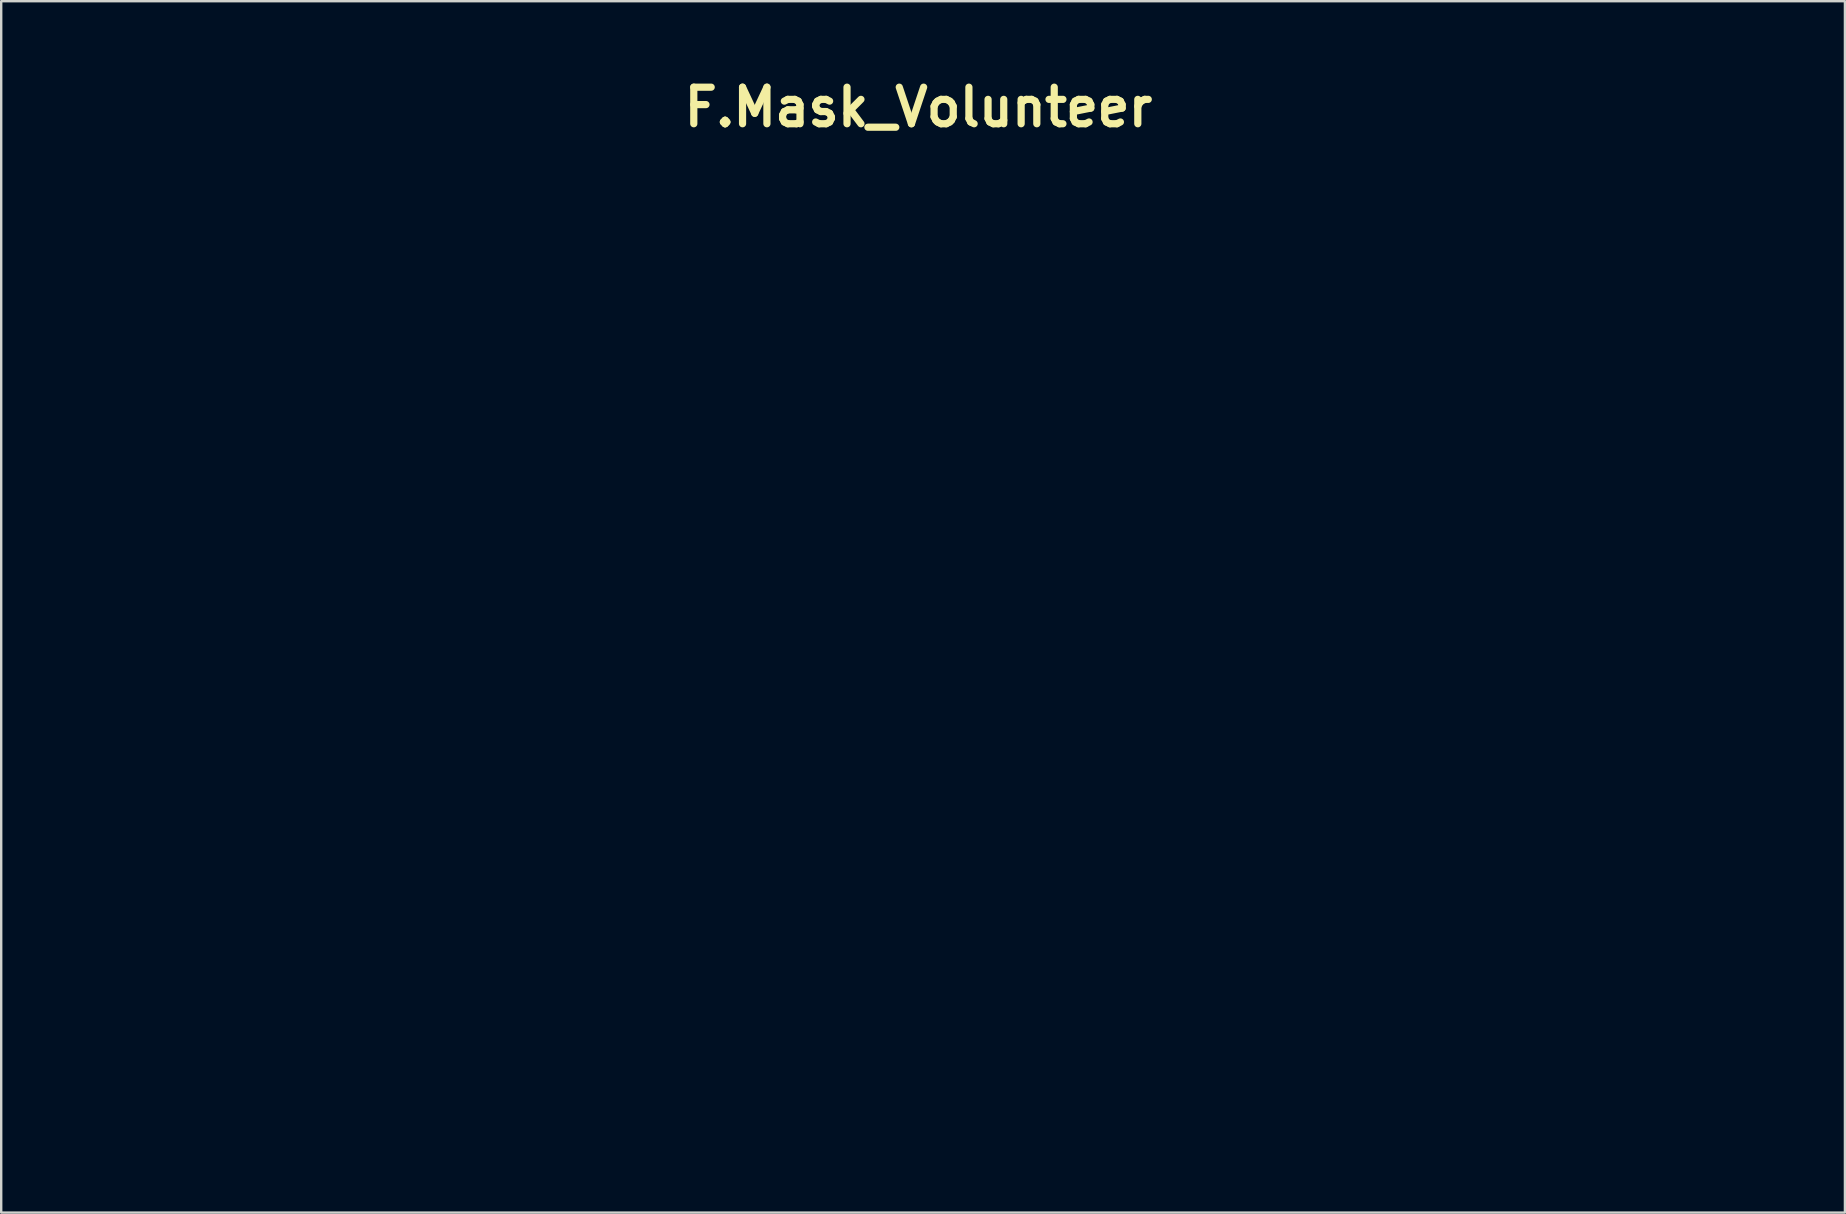
<source format=kicad_pcb>
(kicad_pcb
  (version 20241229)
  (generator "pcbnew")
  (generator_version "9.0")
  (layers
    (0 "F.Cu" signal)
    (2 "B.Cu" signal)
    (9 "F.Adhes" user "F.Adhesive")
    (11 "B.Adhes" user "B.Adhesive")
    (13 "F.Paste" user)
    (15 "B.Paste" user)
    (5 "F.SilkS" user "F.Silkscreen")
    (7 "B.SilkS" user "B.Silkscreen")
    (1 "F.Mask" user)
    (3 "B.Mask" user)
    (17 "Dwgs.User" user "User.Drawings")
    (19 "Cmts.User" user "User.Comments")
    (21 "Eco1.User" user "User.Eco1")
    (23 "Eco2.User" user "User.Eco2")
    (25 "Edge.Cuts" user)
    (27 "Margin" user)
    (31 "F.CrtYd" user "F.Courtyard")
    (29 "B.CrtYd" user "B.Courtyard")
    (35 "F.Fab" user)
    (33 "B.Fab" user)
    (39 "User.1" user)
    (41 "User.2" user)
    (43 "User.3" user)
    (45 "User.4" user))
  (footprint "F.Mask_Volunteer"
    (layer "F.Cu")
    (at 35.227 1.418)
    (property "Reference" "F.Mask_Volunteer" (at 0 0 0) (layer "F.SilkS") (effects (font (size 1.524 1.524) (thickness 0.3))))
    (attr through_hole)
    (fp_poly (pts (xy -12.547 38.626) (xy -12.371 38.641) (xy -12.212 38.67) (xy -12.057 38.714) (xy -11.895 38.775) (xy -11.888 38.777) (xy -11.705 38.867) (xy -11.516 38.985) (xy -11.331 39.122) (xy -11.161 39.271) (xy -11.014 39.425) (xy -10.932 39.529) (xy -10.787 39.77) (xy -10.678 40.031) (xy -10.606 40.308) (xy -10.604 40.322) (xy -10.586 40.473) (xy -10.579 40.654) (xy -10.582 40.854) (xy -10.594 41.063) (xy -10.614 41.269) (xy -10.642 41.462) (xy -10.676 41.631) (xy -10.7 41.717) (xy -10.793 41.944) (xy -10.921 42.146) (xy -11.083 42.325) (xy -11.28 42.479) (xy -11.512 42.609) (xy -11.778 42.715) (xy -12.079 42.797) (xy -12.213 42.823) (xy -12.329 42.84) (xy -12.476 42.854) (xy -12.644 42.864) (xy -12.822 42.872) (xy -13.003 42.877) (xy -13.176 42.877) (xy -13.331 42.874) (xy -13.459 42.867) (xy -13.515 42.861) (xy -13.826 42.802) (xy -14.123 42.711) (xy -14.399 42.591) (xy -14.652 42.445) (xy -14.876 42.274) (xy -15.068 42.08) (xy -15.084 42.062) (xy -15.168 41.945) (xy -15.253 41.802) (xy -15.333 41.644) (xy -15.399 41.488) (xy -15.445 41.349) (xy -15.459 41.284) (xy -15.47 41.213) (xy -15.477 41.128) (xy -15.481 41.022) (xy -15.482 40.885) (xy -15.482 40.836) (xy -13.393 40.836) (xy -13.392 41.042) (xy -13.39 41.238) (xy -13.384 41.418) (xy -13.376 41.576) (xy -13.365 41.705) (xy -13.351 41.799) (xy -13.348 41.815) (xy -13.298 41.973) (xy -13.234 42.1) (xy -13.157 42.193) (xy -13.07 42.251) (xy -12.977 42.271) (xy -12.878 42.252) (xy -12.848 42.238) (xy -12.782 42.183) (xy -12.721 42.09) (xy -12.668 41.964) (xy -12.638 41.862) (xy -12.615 41.747) (xy -12.596 41.599) (xy -12.58 41.424) (xy -12.568 41.227) (xy -12.56 41.017) (xy -12.556 40.798) (xy -12.555 40.577) (xy -12.558 40.362) (xy -12.564 40.157) (xy -12.575 39.97) (xy -12.589 39.807) (xy -12.608 39.674) (xy -12.626 39.591) (xy -12.681 39.454) (xy -12.756 39.349) (xy -12.849 39.278) (xy -12.958 39.245) (xy -12.997 39.243) (xy -13.094 39.259) (xy -13.174 39.308) (xy -13.24 39.392) (xy -13.292 39.513) (xy -13.326 39.642) (xy -13.342 39.743) (xy -13.356 39.877) (xy -13.368 40.039) (xy -13.378 40.222) (xy -13.385 40.42) (xy -13.39 40.627) (xy -13.393 40.836) (xy -15.482 40.836) (xy -15.482 40.809) (xy -15.481 40.668) (xy -15.479 40.559) (xy -15.474 40.475) (xy -15.467 40.407) (xy -15.455 40.346) (xy -15.439 40.282) (xy -15.423 40.227) (xy -15.338 39.993) (xy -15.234 39.786) (xy -15.103 39.593) (xy -15.084 39.569) (xy -14.901 39.37) (xy -14.684 39.189) (xy -14.437 39.028) (xy -14.165 38.892) (xy -13.873 38.782) (xy -13.714 38.736) (xy -13.511 38.688) (xy -13.323 38.654) (xy -13.133 38.633) (xy -12.929 38.622) (xy -12.753 38.621) (xy -12.547 38.626)) (stroke (width 0.01) (type solid)) (fill yes) (layer "F.Mask"))
    (fp_poly (pts (xy -9.734 36.35) (xy -9.575 36.359) (xy -9.382 36.374) (xy -9.286 36.383) (xy -8.991 36.407) (xy -8.693 36.421) (xy -8.401 36.427) (xy -8.124 36.423) (xy -7.872 36.411) (xy -7.715 36.396) (xy -7.544 36.378) (xy -7.409 36.368) (xy -7.306 36.365) (xy -7.229 36.37) (xy -7.172 36.383) (xy -7.132 36.403) (xy -7.126 36.408) (xy -7.075 36.472) (xy -7.056 36.553) (xy -7.066 36.643) (xy -7.102 36.735) (xy -7.161 36.822) (xy -7.241 36.897) (xy -7.337 36.953) (xy -7.356 36.96) (xy -7.423 36.984) (xy -7.437 39.578) (xy -7.44 39.974) (xy -7.442 40.331) (xy -7.443 40.649) (xy -7.444 40.93) (xy -7.445 41.177) (xy -7.445 41.392) (xy -7.444 41.576) (xy -7.444 41.732) (xy -7.443 41.861) (xy -7.441 41.965) (xy -7.439 42.047) (xy -7.436 42.108) (xy -7.433 42.151) (xy -7.43 42.177) (xy -7.426 42.188) (xy -7.425 42.188) (xy -7.392 42.204) (xy -7.332 42.227) (xy -7.26 42.251) (xy -7.096 42.313) (xy -6.971 42.378) (xy -6.885 42.445) (xy -6.835 42.518) (xy -6.827 42.539) (xy -6.828 42.606) (xy -6.86 42.68) (xy -6.919 42.752) (xy -6.982 42.802) (xy -7.054 42.839) (xy -7.13 42.858) (xy -7.219 42.858) (xy -7.329 42.84) (xy -7.451 42.81) (xy -7.583 42.779) (xy -7.726 42.755) (xy -7.886 42.737) (xy -8.068 42.725) (xy -8.278 42.718) (xy -8.52 42.717) (xy -8.721 42.72) (xy -8.899 42.723) (xy -9.041 42.727) (xy -9.154 42.731) (xy -9.244 42.736) (xy -9.316 42.744) (xy -9.378 42.753) (xy -9.436 42.765) (xy -9.483 42.777) (xy -9.675 42.815) (xy -9.852 42.823) (xy -10.008 42.802) (xy -10.049 42.79) (xy -10.162 42.742) (xy -10.233 42.688) (xy -10.264 42.624) (xy -10.255 42.552) (xy -10.226 42.496) (xy -10.178 42.439) (xy -10.11 42.386) (xy -10.016 42.334) (xy -9.891 42.28) (xy -9.749 42.228) (xy -9.623 42.182) (xy -9.532 42.143) (xy -9.472 42.111) (xy -9.438 42.082) (xy -9.437 42.079) (xy -9.404 42.013) (xy -9.375 41.907) (xy -9.348 41.764) (xy -9.326 41.588) (xy -9.315 41.464) (xy -9.31 41.385) (xy -9.306 41.271) (xy -9.301 41.126) (xy -9.297 40.953) (xy -9.293 40.756) (xy -9.29 40.539) (xy -9.287 40.306) (xy -9.284 40.061) (xy -9.281 39.807) (xy -9.279 39.549) (xy -9.278 39.291) (xy -9.276 39.036) (xy -9.276 38.788) (xy -9.275 38.552) (xy -9.276 38.33) (xy -9.276 38.127) (xy -9.278 37.947) (xy -9.28 37.793) (xy -9.282 37.67) (xy -9.286 37.581) (xy -9.29 37.53) (xy -9.29 37.529) (xy -9.319 37.374) (xy -9.355 37.253) (xy -9.4 37.159) (xy -9.446 37.095) (xy -9.475 37.064) (xy -9.503 37.041) (xy -9.537 37.023) (xy -9.587 37.008) (xy -9.66 36.992) (xy -9.764 36.973) (xy -9.807 36.966) (xy -9.99 36.93) (xy -10.135 36.891) (xy -10.245 36.85) (xy -10.323 36.802) (xy -10.374 36.747) (xy -10.401 36.682) (xy -10.404 36.67) (xy -10.399 36.59) (xy -10.352 36.515) (xy -10.267 36.447) (xy -10.209 36.416) (xy -10.139 36.387) (xy -10.062 36.367) (xy -9.972 36.353) (xy -9.865 36.348) (xy -9.734 36.35)) (stroke (width 0.01) (type solid)) (fill yes) (layer "F.Mask"))
    (fp_poly (pts (xy 16.607 38.615) (xy 16.926 38.641) (xy 17.211 38.692) (xy 17.463 38.768) (xy 17.682 38.869) (xy 17.867 38.996) (xy 17.95 39.071) (xy 18.067 39.212) (xy 18.169 39.375) (xy 18.249 39.551) (xy 18.304 39.728) (xy 18.329 39.897) (xy 18.33 39.934) (xy 18.312 40.055) (xy 18.262 40.189) (xy 18.185 40.329) (xy 18.087 40.467) (xy 17.972 40.596) (xy 17.846 40.71) (xy 17.715 40.8) (xy 17.653 40.833) (xy 17.57 40.861) (xy 17.455 40.885) (xy 17.343 40.9) (xy 17.229 40.91) (xy 17.139 40.912) (xy 17.055 40.905) (xy 16.959 40.889) (xy 16.942 40.886) (xy 16.748 40.835) (xy 16.59 40.767) (xy 16.471 40.681) (xy 16.39 40.577) (xy 16.348 40.457) (xy 16.341 40.378) (xy 16.351 40.293) (xy 16.382 40.241) (xy 16.436 40.22) (xy 16.515 40.231) (xy 16.622 40.273) (xy 16.653 40.288) (xy 16.76 40.339) (xy 16.841 40.368) (xy 16.905 40.377) (xy 16.962 40.368) (xy 17.013 40.346) (xy 17.115 40.282) (xy 17.212 40.2) (xy 17.297 40.106) (xy 17.365 40.011) (xy 17.408 39.921) (xy 17.42 39.855) (xy 17.408 39.793) (xy 17.376 39.711) (xy 17.331 39.623) (xy 17.28 39.544) (xy 17.244 39.5) (xy 17.165 39.429) (xy 17.086 39.386) (xy 16.991 39.366) (xy 16.901 39.361) (xy 16.803 39.365) (xy 16.726 39.38) (xy 16.646 39.412) (xy 16.632 39.419) (xy 16.503 39.504) (xy 16.382 39.625) (xy 16.275 39.775) (xy 16.186 39.949) (xy 16.12 40.14) (xy 16.119 40.143) (xy 16.094 40.265) (xy 16.078 40.414) (xy 16.07 40.574) (xy 16.071 40.73) (xy 16.083 40.867) (xy 16.086 40.888) (xy 16.128 41.09) (xy 16.186 41.283) (xy 16.258 41.464) (xy 16.341 41.625) (xy 16.431 41.76) (xy 16.526 41.863) (xy 16.6 41.917) (xy 16.738 41.98) (xy 16.908 42.032) (xy 17.101 42.07) (xy 17.307 42.093) (xy 17.476 42.1) (xy 17.565 42.099) (xy 17.626 42.093) (xy 17.673 42.077) (xy 17.722 42.05) (xy 17.749 42.032) (xy 17.812 41.981) (xy 17.868 41.916) (xy 17.927 41.826) (xy 17.948 41.789) (xy 18.027 41.658) (xy 18.097 41.565) (xy 18.16 41.508) (xy 18.22 41.487) (xy 18.28 41.5) (xy 18.343 41.544) (xy 18.36 41.56) (xy 18.428 41.653) (xy 18.456 41.755) (xy 18.443 41.868) (xy 18.391 41.992) (xy 18.298 42.128) (xy 18.208 42.23) (xy 17.995 42.432) (xy 17.772 42.593) (xy 17.535 42.716) (xy 17.28 42.803) (xy 17.004 42.856) (xy 16.954 42.862) (xy 16.656 42.879) (xy 16.354 42.868) (xy 16.266 42.86) (xy 15.949 42.807) (xy 15.648 42.716) (xy 15.365 42.59) (xy 15.103 42.43) (xy 14.866 42.239) (xy 14.655 42.018) (xy 14.473 41.769) (xy 14.361 41.57) (xy 14.278 41.384) (xy 14.221 41.204) (xy 14.187 41.017) (xy 14.175 40.815) (xy 14.184 40.586) (xy 14.185 40.566) (xy 14.227 40.265) (xy 14.305 39.981) (xy 14.417 39.715) (xy 14.56 39.471) (xy 14.733 39.252) (xy 14.935 39.06) (xy 15.162 38.9) (xy 15.36 38.795) (xy 15.53 38.727) (xy 15.704 38.677) (xy 15.892 38.642) (xy 16.104 38.621) (xy 16.257 38.614) (xy 16.607 38.615)) (stroke (width 0.01) (type solid)) (fill yes) (layer "F.Mask"))
    (fp_poly (pts (xy 12.183 38.614) (xy 12.499 38.639) (xy 12.782 38.689) (xy 13.032 38.765) (xy 13.25 38.866) (xy 13.437 38.993) (xy 13.592 39.147) (xy 13.718 39.328) (xy 13.814 39.536) (xy 13.867 39.707) (xy 13.895 39.846) (xy 13.9 39.963) (xy 13.88 40.073) (xy 13.834 40.189) (xy 13.808 40.241) (xy 13.737 40.356) (xy 13.643 40.477) (xy 13.536 40.595) (xy 13.426 40.698) (xy 13.32 40.779) (xy 13.276 40.805) (xy 13.133 40.862) (xy 12.964 40.897) (xy 12.78 40.909) (xy 12.592 40.9) (xy 12.411 40.867) (xy 12.293 40.831) (xy 12.143 40.76) (xy 12.032 40.674) (xy 11.959 40.571) (xy 11.922 40.451) (xy 11.917 40.377) (xy 11.92 40.305) (xy 11.932 40.263) (xy 11.955 40.24) (xy 11.958 40.239) (xy 11.996 40.223) (xy 12.036 40.22) (xy 12.087 40.232) (xy 12.159 40.261) (xy 12.223 40.291) (xy 12.333 40.34) (xy 12.415 40.369) (xy 12.478 40.38) (xy 12.53 40.373) (xy 12.567 40.358) (xy 12.671 40.292) (xy 12.773 40.209) (xy 12.863 40.116) (xy 12.935 40.022) (xy 12.979 39.935) (xy 12.988 39.905) (xy 12.986 39.828) (xy 12.959 39.734) (xy 12.911 39.635) (xy 12.847 39.541) (xy 12.806 39.495) (xy 12.736 39.432) (xy 12.671 39.394) (xy 12.592 39.37) (xy 12.591 39.37) (xy 12.439 39.356) (xy 12.291 39.383) (xy 12.151 39.449) (xy 12.021 39.55) (xy 11.905 39.686) (xy 11.81 39.846) (xy 11.736 40.013) (xy 11.685 40.172) (xy 11.656 40.336) (xy 11.645 40.518) (xy 11.647 40.659) (xy 11.658 40.84) (xy 11.678 40.996) (xy 11.712 41.143) (xy 11.763 41.298) (xy 11.809 41.418) (xy 11.889 41.585) (xy 11.981 41.73) (xy 12.079 41.843) (xy 12.125 41.882) (xy 12.227 41.943) (xy 12.363 41.996) (xy 12.524 42.041) (xy 12.703 42.074) (xy 12.889 42.095) (xy 13.04 42.1) (xy 13.132 42.099) (xy 13.196 42.093) (xy 13.246 42.079) (xy 13.294 42.053) (xy 13.318 42.039) (xy 13.374 41.997) (xy 13.423 41.945) (xy 13.473 41.871) (xy 13.517 41.795) (xy 13.599 41.659) (xy 13.672 41.562) (xy 13.735 41.504) (xy 13.784 41.487) (xy 13.859 41.506) (xy 13.928 41.558) (xy 13.984 41.632) (xy 14.019 41.717) (xy 14.026 41.805) (xy 14.023 41.82) (xy 13.983 41.945) (xy 13.907 42.076) (xy 13.792 42.217) (xy 13.729 42.283) (xy 13.509 42.477) (xy 13.274 42.633) (xy 13.028 42.75) (xy 12.771 42.826) (xy 12.757 42.829) (xy 12.646 42.847) (xy 12.506 42.86) (xy 12.349 42.869) (xy 12.188 42.874) (xy 12.036 42.874) (xy 11.905 42.868) (xy 11.859 42.863) (xy 11.528 42.807) (xy 11.222 42.718) (xy 10.941 42.595) (xy 10.682 42.437) (xy 10.445 42.243) (xy 10.346 42.146) (xy 10.183 41.959) (xy 10.04 41.759) (xy 9.921 41.554) (xy 9.833 41.353) (xy 9.792 41.222) (xy 9.752 40.989) (xy 9.742 40.737) (xy 9.762 40.475) (xy 9.809 40.213) (xy 9.884 39.96) (xy 9.96 39.775) (xy 10.105 39.513) (xy 10.277 39.283) (xy 10.476 39.085) (xy 10.702 38.921) (xy 10.954 38.789) (xy 11.233 38.691) (xy 11.279 38.678) (xy 11.375 38.656) (xy 11.47 38.639) (xy 11.575 38.627) (xy 11.701 38.619) (xy 11.833 38.614) (xy 12.183 38.614)) (stroke (width 0.01) (type solid)) (fill yes) (layer "F.Mask"))
    (fp_poly (pts (xy 22.011 27.888) (xy 22.121 27.921) (xy 22.203 27.972) (xy 22.252 28.037) (xy 22.268 28.113) (xy 22.246 28.197) (xy 22.201 28.264) (xy 22.147 28.319) (xy 22.062 28.387) (xy 21.955 28.464) (xy 21.833 28.545) (xy 21.704 28.625) (xy 21.627 28.668) (xy 21.557 28.709) (xy 21.503 28.744) (xy 21.473 28.766) (xy 21.472 28.769) (xy 21.468 28.795) (xy 21.465 28.859) (xy 21.462 28.959) (xy 21.459 29.09) (xy 21.456 29.249) (xy 21.453 29.432) (xy 21.45 29.636) (xy 21.448 29.857) (xy 21.445 30.092) (xy 21.443 30.336) (xy 21.441 30.587) (xy 21.44 30.84) (xy 21.438 31.093) (xy 21.437 31.341) (xy 21.437 31.58) (xy 21.436 31.808) (xy 21.436 32.021) (xy 21.436 32.214) (xy 21.437 32.385) (xy 21.438 32.53) (xy 21.44 32.645) (xy 21.442 32.726) (xy 21.445 32.771) (xy 21.446 32.775) (xy 21.476 32.863) (xy 21.519 32.931) (xy 21.524 32.936) (xy 21.553 32.962) (xy 21.586 32.979) (xy 21.631 32.99) (xy 21.7 32.998) (xy 21.799 33.005) (xy 21.96 33.022) (xy 22.083 33.053) (xy 22.173 33.097) (xy 22.234 33.158) (xy 22.236 33.161) (xy 22.258 33.21) (xy 22.28 33.284) (xy 22.294 33.351) (xy 22.305 33.455) (xy 22.296 33.527) (xy 22.265 33.575) (xy 22.208 33.605) (xy 22.189 33.611) (xy 22.109 33.625) (xy 22.002 33.63) (xy 21.882 33.628) (xy 21.765 33.619) (xy 21.706 33.61) (xy 21.561 33.588) (xy 21.381 33.566) (xy 21.174 33.544) (xy 20.948 33.523) (xy 20.71 33.505) (xy 20.578 33.496) (xy 20.424 33.486) (xy 20.304 33.48) (xy 20.206 33.476) (xy 20.121 33.476) (xy 20.041 33.48) (xy 19.954 33.488) (xy 19.852 33.5) (xy 19.725 33.517) (xy 19.7 33.52) (xy 19.439 33.552) (xy 19.215 33.571) (xy 19.028 33.579) (xy 18.88 33.574) (xy 18.772 33.556) (xy 18.722 33.539) (xy 18.641 33.483) (xy 18.602 33.418) (xy 18.603 33.341) (xy 18.614 33.308) (xy 18.652 33.249) (xy 18.718 33.199) (xy 18.814 33.156) (xy 18.944 33.117) (xy 19.103 33.083) (xy 19.259 33.05) (xy 19.379 33.014) (xy 19.469 32.972) (xy 19.535 32.922) (xy 19.567 32.886) (xy 19.575 32.877) (xy 19.582 32.87) (xy 19.588 32.862) (xy 19.593 32.852) (xy 19.598 32.837) (xy 19.601 32.813) (xy 19.604 32.78) (xy 19.607 32.733) (xy 19.608 32.672) (xy 19.609 32.593) (xy 19.609 32.493) (xy 19.609 32.371) (xy 19.608 32.223) (xy 19.607 32.048) (xy 19.605 31.843) (xy 19.603 31.604) (xy 19.6 31.331) (xy 19.597 31.02) (xy 19.594 30.723) (xy 19.591 30.438) (xy 19.588 30.166) (xy 19.584 29.911) (xy 19.58 29.677) (xy 19.576 29.466) (xy 19.572 29.281) (xy 19.568 29.126) (xy 19.563 29.003) (xy 19.559 28.917) (xy 19.556 28.869) (xy 19.555 28.868) (xy 19.519 28.727) (xy 19.46 28.613) (xy 19.381 28.53) (xy 19.333 28.501) (xy 19.277 28.482) (xy 19.191 28.463) (xy 19.088 28.445) (xy 19.013 28.435) (xy 18.868 28.414) (xy 18.76 28.39) (xy 18.684 28.359) (xy 18.634 28.318) (xy 18.604 28.265) (xy 18.593 28.225) (xy 18.593 28.145) (xy 18.626 28.074) (xy 18.696 28.011) (xy 18.787 27.959) (xy 18.856 27.927) (xy 18.915 27.906) (xy 18.979 27.893) (xy 19.061 27.886) (xy 19.152 27.882) (xy 19.229 27.88) (xy 19.307 27.881) (xy 19.394 27.887) (xy 19.495 27.896) (xy 19.618 27.911) (xy 19.768 27.931) (xy 19.953 27.957) (xy 19.992 27.963) (xy 20.221 27.996) (xy 20.414 28.021) (xy 20.578 28.039) (xy 20.719 28.05) (xy 20.843 28.054) (xy 20.956 28.05) (xy 21.065 28.039) (xy 21.175 28.021) (xy 21.293 27.996) (xy 21.419 27.965) (xy 21.543 27.935) (xy 21.662 27.909) (xy 21.765 27.89) (xy 21.843 27.879) (xy 21.874 27.877) (xy 22.011 27.888)) (stroke (width 0.01) (type solid)) (fill yes) (layer "F.Mask"))
    (fp_poly (pts (xy 22.644 38.448) (xy 22.824 38.503) (xy 22.981 38.59) (xy 23.112 38.706) (xy 23.21 38.844) (xy 23.239 38.9) (xy 23.258 38.949) (xy 23.268 39.004) (xy 23.272 39.077) (xy 23.273 39.169) (xy 23.267 39.313) (xy 23.245 39.428) (xy 23.205 39.525) (xy 23.141 39.615) (xy 23.086 39.674) (xy 23.007 39.745) (xy 22.924 39.799) (xy 22.832 39.838) (xy 22.725 39.862) (xy 22.596 39.873) (xy 22.439 39.872) (xy 22.249 39.861) (xy 22.193 39.856) (xy 21.868 39.829) (xy 21.791 39.887) (xy 21.673 39.987) (xy 21.557 40.102) (xy 21.452 40.221) (xy 21.368 40.336) (xy 21.33 40.399) (xy 21.279 40.505) (xy 21.239 40.61) (xy 21.209 40.719) (xy 21.187 40.84) (xy 21.173 40.981) (xy 21.166 41.148) (xy 21.163 41.348) (xy 21.163 41.408) (xy 21.164 41.583) (xy 21.166 41.721) (xy 21.171 41.827) (xy 21.183 41.906) (xy 21.203 41.964) (xy 21.236 42.006) (xy 21.282 42.037) (xy 21.344 42.062) (xy 21.426 42.087) (xy 21.507 42.111) (xy 21.705 42.173) (xy 21.863 42.233) (xy 21.982 42.292) (xy 22.064 42.351) (xy 22.11 42.409) (xy 22.122 42.451) (xy 22.115 42.552) (xy 22.071 42.641) (xy 21.989 42.718) (xy 21.867 42.786) (xy 21.864 42.787) (xy 21.745 42.826) (xy 21.605 42.85) (xy 21.46 42.858) (xy 21.347 42.849) (xy 21.308 42.842) (xy 21.235 42.827) (xy 21.134 42.806) (xy 21.012 42.78) (xy 20.875 42.751) (xy 20.795 42.734) (xy 20.642 42.703) (xy 20.498 42.675) (xy 20.371 42.653) (xy 20.268 42.638) (xy 20.196 42.63) (xy 20.181 42.63) (xy 20.081 42.634) (xy 19.945 42.645) (xy 19.777 42.664) (xy 19.58 42.69) (xy 19.36 42.722) (xy 19.188 42.748) (xy 19.018 42.773) (xy 18.883 42.785) (xy 18.78 42.786) (xy 18.703 42.772) (xy 18.646 42.745) (xy 18.606 42.702) (xy 18.576 42.644) (xy 18.576 42.642) (xy 18.554 42.564) (xy 18.542 42.482) (xy 18.542 42.467) (xy 18.546 42.41) (xy 18.564 42.378) (xy 18.608 42.355) (xy 18.621 42.349) (xy 18.683 42.328) (xy 18.768 42.303) (xy 18.851 42.282) (xy 18.964 42.247) (xy 19.072 42.202) (xy 19.164 42.15) (xy 19.229 42.098) (xy 19.249 42.074) (xy 19.266 42.034) (xy 19.288 41.963) (xy 19.312 41.874) (xy 19.328 41.804) (xy 19.34 41.751) (xy 19.349 41.701) (xy 19.357 41.65) (xy 19.364 41.595) (xy 19.368 41.53) (xy 19.372 41.451) (xy 19.375 41.353) (xy 19.376 41.233) (xy 19.377 41.085) (xy 19.378 40.905) (xy 19.378 40.689) (xy 19.378 40.608) (xy 19.378 40.361) (xy 19.377 40.152) (xy 19.375 39.979) (xy 19.372 39.837) (xy 19.368 39.724) (xy 19.361 39.635) (xy 19.353 39.567) (xy 19.342 39.516) (xy 19.328 39.48) (xy 19.311 39.454) (xy 19.291 39.434) (xy 19.277 39.424) (xy 19.239 39.405) (xy 19.171 39.375) (xy 19.083 39.339) (xy 18.985 39.302) (xy 18.879 39.26) (xy 18.777 39.217) (xy 18.692 39.177) (xy 18.64 39.151) (xy 18.548 39.079) (xy 18.495 38.997) (xy 18.482 38.909) (xy 18.51 38.819) (xy 18.578 38.733) (xy 18.584 38.728) (xy 18.636 38.685) (xy 18.688 38.657) (xy 18.748 38.641) (xy 18.822 38.638) (xy 18.919 38.646) (xy 19.046 38.666) (xy 19.131 38.681) (xy 19.365 38.723) (xy 19.566 38.753) (xy 19.739 38.771) (xy 19.893 38.778) (xy 20.035 38.772) (xy 20.171 38.755) (xy 20.308 38.725) (xy 20.455 38.683) (xy 20.563 38.647) (xy 20.662 38.615) (xy 20.736 38.597) (xy 20.803 38.59) (xy 20.877 38.591) (xy 20.905 38.593) (xy 20.999 38.602) (xy 21.07 38.618) (xy 21.121 38.645) (xy 21.156 38.688) (xy 21.176 38.754) (xy 21.185 38.846) (xy 21.185 38.971) (xy 21.18 39.112) (xy 21.166 39.444) (xy 21.214 39.388) (xy 21.243 39.348) (xy 21.287 39.28) (xy 21.34 39.195) (xy 21.396 39.1) (xy 21.398 39.095) (xy 21.517 38.905) (xy 21.632 38.753) (xy 21.75 38.635) (xy 21.875 38.547) (xy 22.012 38.485) (xy 22.166 38.446) (xy 22.234 38.435) (xy 22.447 38.425) (xy 22.644 38.448)) (stroke (width 0.01) (type solid)) (fill yes) (layer "F.Mask"))
    (fp_poly (pts (xy 27.151 27.801) (xy 27.224 27.835) (xy 27.271 27.875) (xy 27.337 27.941) (xy 27.35 28.39) (xy 27.355 28.545) (xy 27.36 28.667) (xy 27.365 28.762) (xy 27.374 28.84) (xy 27.385 28.909) (xy 27.402 28.977) (xy 27.425 29.052) (xy 27.455 29.142) (xy 27.474 29.199) (xy 27.528 29.363) (xy 27.566 29.492) (xy 27.587 29.592) (xy 27.591 29.669) (xy 27.58 29.726) (xy 27.552 29.77) (xy 27.507 29.805) (xy 27.476 29.823) (xy 27.376 29.86) (xy 27.29 29.859) (xy 27.212 29.82) (xy 27.2 29.811) (xy 27.148 29.75) (xy 27.089 29.653) (xy 27.028 29.527) (xy 26.966 29.377) (xy 26.907 29.208) (xy 26.891 29.157) (xy 26.842 29.006) (xy 26.795 28.888) (xy 26.748 28.796) (xy 26.695 28.721) (xy 26.633 28.657) (xy 26.628 28.652) (xy 26.534 28.585) (xy 26.442 28.559) (xy 26.346 28.574) (xy 26.29 28.598) (xy 26.227 28.639) (xy 26.179 28.692) (xy 26.133 28.77) (xy 26.131 28.775) (xy 26.067 28.9) (xy 26.059 29.558) (xy 26.058 29.701) (xy 26.058 29.881) (xy 26.058 30.091) (xy 26.058 30.324) (xy 26.059 30.575) (xy 26.061 30.836) (xy 26.063 31.103) (xy 26.065 31.368) (xy 26.067 31.572) (xy 26.082 32.928) (xy 26.487 33.052) (xy 26.613 33.091) (xy 26.727 33.128) (xy 26.821 33.161) (xy 26.89 33.187) (xy 26.925 33.203) (xy 26.927 33.205) (xy 26.965 33.263) (xy 26.975 33.339) (xy 26.958 33.422) (xy 26.916 33.501) (xy 26.886 33.534) (xy 26.806 33.585) (xy 26.714 33.612) (xy 26.652 33.623) (xy 26.601 33.629) (xy 26.55 33.629) (xy 26.484 33.624) (xy 26.391 33.614) (xy 26.374 33.612) (xy 26.094 33.578) (xy 25.851 33.55) (xy 25.642 33.526) (xy 25.462 33.507) (xy 25.306 33.493) (xy 25.171 33.482) (xy 25.051 33.476) (xy 24.943 33.474) (xy 24.842 33.475) (xy 24.744 33.479) (xy 24.645 33.487) (xy 24.539 33.498) (xy 24.424 33.511) (xy 24.375 33.517) (xy 24.2 33.538) (xy 24.055 33.553) (xy 23.93 33.563) (xy 23.812 33.568) (xy 23.691 33.568) (xy 23.56 33.566) (xy 23.424 33.562) (xy 23.322 33.557) (xy 23.246 33.55) (xy 23.189 33.54) (xy 23.143 33.526) (xy 23.11 33.513) (xy 23.047 33.479) (xy 23.011 33.443) (xy 22.989 33.39) (xy 22.989 33.387) (xy 22.971 33.311) (xy 22.969 33.259) (xy 22.984 33.216) (xy 22.998 33.196) (xy 23.043 33.156) (xy 23.121 33.122) (xy 23.236 33.091) (xy 23.389 33.064) (xy 23.471 33.052) (xy 23.613 33.032) (xy 23.72 33.013) (xy 23.802 32.994) (xy 23.866 32.972) (xy 23.92 32.945) (xy 23.931 32.938) (xy 23.996 32.898) (xy 24.01 32.625) (xy 24.013 32.555) (xy 24.015 32.447) (xy 24.017 32.306) (xy 24.019 32.136) (xy 24.021 31.943) (xy 24.022 31.73) (xy 24.023 31.503) (xy 24.024 31.266) (xy 24.024 31.032) (xy 24.023 30.618) (xy 24.02 30.246) (xy 24.015 29.915) (xy 24.007 29.624) (xy 23.998 29.373) (xy 23.986 29.162) (xy 23.972 28.99) (xy 23.956 28.857) (xy 23.937 28.761) (xy 23.936 28.757) (xy 23.894 28.664) (xy 23.827 28.594) (xy 23.743 28.55) (xy 23.652 28.538) (xy 23.563 28.562) (xy 23.562 28.562) (xy 23.505 28.609) (xy 23.437 28.693) (xy 23.361 28.811) (xy 23.28 28.959) (xy 23.194 29.134) (xy 23.181 29.163) (xy 23.104 29.329) (xy 23.037 29.46) (xy 22.976 29.562) (xy 22.919 29.642) (xy 22.861 29.704) (xy 22.845 29.719) (xy 22.793 29.76) (xy 22.75 29.776) (xy 22.693 29.775) (xy 22.672 29.772) (xy 22.575 29.75) (xy 22.508 29.714) (xy 22.472 29.661) (xy 22.465 29.587) (xy 22.485 29.488) (xy 22.534 29.36) (xy 22.561 29.3) (xy 22.607 29.198) (xy 22.638 29.121) (xy 22.657 29.054) (xy 22.669 28.985) (xy 22.676 28.899) (xy 22.678 28.861) (xy 22.694 28.656) (xy 22.717 28.485) (xy 22.748 28.34) (xy 22.789 28.212) (xy 22.843 28.093) (xy 22.843 28.092) (xy 22.9 27.986) (xy 22.947 27.913) (xy 22.992 27.866) (xy 23.042 27.839) (xy 23.106 27.828) (xy 23.192 27.825) (xy 23.194 27.825) (xy 23.282 27.826) (xy 23.343 27.833) (xy 23.394 27.851) (xy 23.45 27.883) (xy 23.465 27.892) (xy 23.573 27.961) (xy 26.667 27.961) (xy 26.843 27.875) (xy 26.968 27.822) (xy 27.068 27.797) (xy 27.151 27.801)) (stroke (width 0.01) (type solid)) (fill yes) (layer "F.Mask"))
    (fp_poly (pts (xy 8.453 36.392) (xy 8.489 36.425) (xy 8.51 36.455) (xy 8.538 36.512) (xy 8.548 36.57) (xy 8.538 36.635) (xy 8.508 36.716) (xy 8.454 36.821) (xy 8.431 36.862) (xy 8.312 37.073) (xy 8.302 38.055) (xy 8.3 38.29) (xy 8.299 38.486) (xy 8.298 38.646) (xy 8.299 38.775) (xy 8.3 38.874) (xy 8.303 38.948) (xy 8.306 39) (xy 8.311 39.033) (xy 8.317 39.05) (xy 8.321 39.055) (xy 8.372 39.07) (xy 8.448 39.073) (xy 8.535 39.065) (xy 8.616 39.047) (xy 8.641 39.038) (xy 8.703 39.009) (xy 8.783 38.964) (xy 8.866 38.912) (xy 8.879 38.904) (xy 9.013 38.818) (xy 9.122 38.758) (xy 9.204 38.723) (xy 9.247 38.714) (xy 9.294 38.732) (xy 9.348 38.78) (xy 9.402 38.848) (xy 9.449 38.926) (xy 9.48 39.004) (xy 9.484 39.02) (xy 9.499 39.148) (xy 9.48 39.256) (xy 9.424 39.35) (xy 9.415 39.361) (xy 9.324 39.44) (xy 9.205 39.501) (xy 9.055 39.544) (xy 8.871 39.571) (xy 8.651 39.581) (xy 8.608 39.582) (xy 8.489 39.583) (xy 8.406 39.587) (xy 8.353 39.595) (xy 8.325 39.607) (xy 8.32 39.611) (xy 8.312 39.641) (xy 8.302 39.707) (xy 8.292 39.805) (xy 8.282 39.927) (xy 8.271 40.07) (xy 8.261 40.226) (xy 8.252 40.391) (xy 8.243 40.559) (xy 8.236 40.724) (xy 8.231 40.881) (xy 8.228 41.023) (xy 8.228 41.106) (xy 8.232 41.304) (xy 8.246 41.486) (xy 8.267 41.645) (xy 8.296 41.776) (xy 8.331 41.871) (xy 8.333 41.874) (xy 8.386 41.952) (xy 8.45 42.009) (xy 8.515 42.036) (xy 8.529 42.037) (xy 8.572 42.026) (xy 8.638 41.997) (xy 8.714 41.956) (xy 8.733 41.945) (xy 8.838 41.88) (xy 8.916 41.835) (xy 8.971 41.807) (xy 9.013 41.794) (xy 9.048 41.793) (xy 9.082 41.801) (xy 9.09 41.804) (xy 9.161 41.847) (xy 9.205 41.916) (xy 9.224 42.003) (xy 9.219 42.103) (xy 9.19 42.207) (xy 9.137 42.309) (xy 9.062 42.401) (xy 9.034 42.428) (xy 8.944 42.493) (xy 8.826 42.563) (xy 8.693 42.629) (xy 8.558 42.686) (xy 8.477 42.714) (xy 8.359 42.741) (xy 8.215 42.76) (xy 8.06 42.77) (xy 7.911 42.769) (xy 7.782 42.757) (xy 7.769 42.755) (xy 7.552 42.705) (xy 7.353 42.635) (xy 7.175 42.549) (xy 7.023 42.448) (xy 6.904 42.337) (xy 6.821 42.218) (xy 6.819 42.214) (xy 6.775 42.1) (xy 6.737 41.946) (xy 6.706 41.755) (xy 6.681 41.532) (xy 6.664 41.278) (xy 6.654 40.996) (xy 6.652 40.689) (xy 6.657 40.365) (xy 6.661 40.209) (xy 6.665 40.06) (xy 6.669 39.924) (xy 6.672 39.81) (xy 6.674 39.725) (xy 6.675 39.688) (xy 6.678 39.55) (xy 6.551 39.552) (xy 6.46 39.554) (xy 6.353 39.557) (xy 6.271 39.56) (xy 6.138 39.556) (xy 6.04 39.529) (xy 5.974 39.479) (xy 5.937 39.403) (xy 5.927 39.311) (xy 5.935 39.249) (xy 5.964 39.191) (xy 6.004 39.139) (xy 6.082 39.048) (xy 6.221 39.059) (xy 6.321 39.069) (xy 6.434 39.082) (xy 6.507 39.093) (xy 6.581 39.103) (xy 6.637 39.108) (xy 6.664 39.105) (xy 6.665 39.105) (xy 6.668 39.081) (xy 6.67 39.02) (xy 6.673 38.927) (xy 6.674 38.807) (xy 6.676 38.664) (xy 6.676 38.505) (xy 6.677 38.334) (xy 6.677 38.156) (xy 6.677 37.976) (xy 6.676 37.799) (xy 6.675 37.63) (xy 6.673 37.475) (xy 6.671 37.338) (xy 6.669 37.225) (xy 6.666 37.14) (xy 6.663 37.089) (xy 6.662 37.078) (xy 6.648 37.045) (xy 6.625 37.019) (xy 6.585 37) (xy 6.523 36.985) (xy 6.431 36.971) (xy 6.307 36.957) (xy 6.132 36.932) (xy 5.992 36.9) (xy 5.887 36.86) (xy 5.82 36.814) (xy 5.808 36.798) (xy 5.784 36.726) (xy 5.795 36.647) (xy 5.835 36.568) (xy 5.899 36.497) (xy 5.984 36.441) (xy 6.075 36.409) (xy 6.142 36.396) (xy 6.204 36.389) (xy 6.268 36.389) (xy 6.345 36.396) (xy 6.441 36.41) (xy 6.565 36.433) (xy 6.65 36.45) (xy 6.759 36.471) (xy 6.849 36.487) (xy 6.928 36.498) (xy 7.007 36.505) (xy 7.095 36.509) (xy 7.201 36.51) (xy 7.333 36.509) (xy 7.44 36.508) (xy 7.592 36.506) (xy 7.711 36.503) (xy 7.802 36.499) (xy 7.875 36.494) (xy 7.937 36.485) (xy 7.997 36.472) (xy 8.06 36.454) (xy 8.136 36.432) (xy 8.256 36.397) (xy 8.344 36.379) (xy 8.408 36.377) (xy 8.453 36.392)) (stroke (width 0.01) (type solid)) (fill yes) (layer "F.Mask"))
    (fp_poly (pts (xy 0.52 38.635) (xy 0.732 38.677) (xy 0.888 38.719) (xy 0.983 38.745) (xy 1.058 38.763) (xy 1.126 38.773) (xy 1.199 38.776) (xy 1.291 38.775) (xy 1.386 38.771) (xy 1.508 38.763) (xy 1.656 38.75) (xy 1.814 38.732) (xy 1.966 38.713) (xy 2.02 38.705) (xy 2.139 38.687) (xy 2.243 38.671) (xy 2.325 38.66) (xy 2.378 38.652) (xy 2.395 38.65) (xy 2.421 38.67) (xy 2.447 38.724) (xy 2.469 38.802) (xy 2.485 38.898) (xy 2.487 38.915) (xy 2.496 39.013) (xy 2.507 39.075) (xy 2.525 39.105) (xy 2.557 39.103) (xy 2.61 39.074) (xy 2.691 39.019) (xy 2.716 39.001) (xy 2.944 38.856) (xy 3.155 38.748) (xy 3.352 38.675) (xy 3.539 38.639) (xy 3.718 38.637) (xy 3.892 38.67) (xy 4.066 38.737) (xy 4.113 38.761) (xy 4.292 38.879) (xy 4.443 39.028) (xy 4.565 39.207) (xy 4.661 39.419) (xy 4.663 39.425) (xy 4.681 39.479) (xy 4.709 39.569) (xy 4.746 39.688) (xy 4.789 39.831) (xy 4.837 39.993) (xy 4.888 40.167) (xy 4.941 40.348) (xy 4.943 40.356) (xy 4.995 40.535) (xy 5.046 40.705) (xy 5.095 40.861) (xy 5.138 40.997) (xy 5.175 41.109) (xy 5.204 41.191) (xy 5.223 41.238) (xy 5.224 41.24) (xy 5.302 41.361) (xy 5.405 41.479) (xy 5.538 41.601) (xy 5.611 41.659) (xy 5.728 41.757) (xy 5.807 41.842) (xy 5.851 41.917) (xy 5.863 41.976) (xy 5.854 42.02) (xy 5.831 42.087) (xy 5.798 42.163) (xy 5.798 42.164) (xy 5.736 42.266) (xy 5.642 42.381) (xy 5.525 42.502) (xy 5.39 42.623) (xy 5.244 42.74) (xy 5.096 42.846) (xy 4.951 42.935) (xy 4.817 43.001) (xy 4.792 43.011) (xy 4.664 43.047) (xy 4.528 43.065) (xy 4.4 43.063) (xy 4.302 43.045) (xy 4.139 42.969) (xy 3.988 42.854) (xy 3.851 42.702) (xy 3.729 42.512) (xy 3.621 42.288) (xy 3.528 42.029) (xy 3.452 41.738) (xy 3.392 41.414) (xy 3.35 41.061) (xy 3.343 40.983) (xy 3.329 40.838) (xy 3.31 40.705) (xy 3.282 40.568) (xy 3.244 40.412) (xy 3.227 40.349) (xy 3.179 40.178) (xy 3.138 40.043) (xy 3.102 39.939) (xy 3.067 39.859) (xy 3.032 39.799) (xy 2.994 39.752) (xy 2.971 39.73) (xy 2.885 39.68) (xy 2.793 39.667) (xy 2.699 39.688) (xy 2.611 39.742) (xy 2.535 39.825) (xy 2.477 39.934) (xy 2.476 39.937) (xy 2.456 40.014) (xy 2.439 40.13) (xy 2.424 40.284) (xy 2.412 40.475) (xy 2.403 40.699) (xy 2.396 40.955) (xy 2.393 41.24) (xy 2.392 41.403) (xy 2.393 41.6) (xy 2.396 41.76) (xy 2.405 41.888) (xy 2.421 41.989) (xy 2.446 42.069) (xy 2.484 42.133) (xy 2.536 42.186) (xy 2.605 42.233) (xy 2.692 42.28) (xy 2.794 42.329) (xy 2.909 42.385) (xy 2.991 42.431) (xy 3.046 42.473) (xy 3.08 42.516) (xy 3.098 42.565) (xy 3.105 42.595) (xy 3.1 42.683) (xy 3.057 42.755) (xy 2.976 42.81) (xy 2.967 42.814) (xy 2.884 42.833) (xy 2.766 42.836) (xy 2.618 42.824) (xy 2.445 42.796) (xy 2.349 42.777) (xy 2.153 42.734) (xy 1.993 42.7) (xy 1.864 42.674) (xy 1.763 42.655) (xy 1.683 42.642) (xy 1.62 42.634) (xy 1.57 42.631) (xy 1.545 42.63) (xy 1.431 42.639) (xy 1.29 42.664) (xy 1.135 42.703) (xy 0.977 42.752) (xy 0.931 42.768) (xy 0.796 42.806) (xy 0.66 42.826) (xy 0.529 42.829) (xy 0.41 42.814) (xy 0.309 42.785) (xy 0.231 42.741) (xy 0.182 42.683) (xy 0.169 42.628) (xy 0.188 42.564) (xy 0.24 42.489) (xy 0.322 42.407) (xy 0.428 42.324) (xy 0.447 42.31) (xy 0.518 42.258) (xy 0.561 42.212) (xy 0.59 42.158) (xy 0.601 42.127) (xy 0.619 42.066) (xy 0.634 42) (xy 0.646 41.926) (xy 0.656 41.839) (xy 0.664 41.737) (xy 0.67 41.614) (xy 0.674 41.467) (xy 0.676 41.294) (xy 0.676 41.088) (xy 0.675 40.848) (xy 0.673 40.599) (xy 0.671 40.351) (xy 0.668 40.142) (xy 0.666 39.968) (xy 0.662 39.825) (xy 0.658 39.709) (xy 0.651 39.618) (xy 0.643 39.546) (xy 0.632 39.491) (xy 0.618 39.449) (xy 0.601 39.415) (xy 0.58 39.387) (xy 0.554 39.361) (xy 0.526 39.334) (xy 0.477 39.297) (xy 0.4 39.249) (xy 0.309 39.199) (xy 0.249 39.169) (xy 0.117 39.101) (xy 0.022 39.042) (xy -0.041 38.988) (xy -0.075 38.935) (xy -0.085 38.884) (xy -0.067 38.784) (xy -0.015 38.707) (xy 0.071 38.653) (xy 0.189 38.623) (xy 0.339 38.617) (xy 0.52 38.635)) (stroke (width 0.01) (type solid)) (fill yes) (layer "F.Mask"))
    (fp_poly (pts (xy 15.982 27.856) (xy 16.119 27.856) (xy 16.235 27.859) (xy 16.338 27.865) (xy 16.433 27.876) (xy 16.528 27.891) (xy 16.629 27.913) (xy 16.741 27.943) (xy 16.872 27.981) (xy 17.028 28.029) (xy 17.215 28.088) (xy 17.307 28.118) (xy 17.341 28.119) (xy 17.383 28.099) (xy 17.442 28.054) (xy 17.461 28.037) (xy 17.563 27.953) (xy 17.651 27.901) (xy 17.734 27.874) (xy 17.794 27.868) (xy 17.874 27.878) (xy 17.947 27.915) (xy 18.022 27.984) (xy 18.07 28.043) (xy 18.111 28.103) (xy 18.138 28.161) (xy 18.152 28.226) (xy 18.152 28.305) (xy 18.139 28.407) (xy 18.115 28.54) (xy 18.108 28.573) (xy 18.091 28.664) (xy 18.077 28.747) (xy 18.065 28.831) (xy 18.056 28.921) (xy 18.049 29.026) (xy 18.043 29.153) (xy 18.037 29.308) (xy 18.032 29.475) (xy 18.027 29.635) (xy 18.022 29.785) (xy 18.016 29.918) (xy 18.011 30.027) (xy 18.006 30.108) (xy 18.002 30.154) (xy 18.002 30.158) (xy 17.966 30.247) (xy 17.899 30.323) (xy 17.811 30.379) (xy 17.713 30.408) (xy 17.625 30.405) (xy 17.508 30.364) (xy 17.407 30.301) (xy 17.33 30.221) (xy 17.285 30.131) (xy 17.283 30.121) (xy 17.28 30.079) (xy 17.292 30.024) (xy 17.32 29.949) (xy 17.355 29.87) (xy 17.397 29.774) (xy 17.423 29.701) (xy 17.436 29.636) (xy 17.441 29.564) (xy 17.441 29.535) (xy 17.422 29.33) (xy 17.365 29.122) (xy 17.325 29.024) (xy 17.265 28.923) (xy 17.179 28.816) (xy 17.079 28.716) (xy 16.977 28.636) (xy 16.935 28.61) (xy 16.796 28.55) (xy 16.631 28.504) (xy 16.457 28.476) (xy 16.326 28.469) (xy 16.169 28.48) (xy 16.023 28.513) (xy 15.882 28.573) (xy 15.739 28.662) (xy 15.588 28.783) (xy 15.471 28.892) (xy 15.374 28.992) (xy 15.293 29.088) (xy 15.225 29.186) (xy 15.167 29.293) (xy 15.117 29.415) (xy 15.071 29.558) (xy 15.027 29.728) (xy 14.982 29.931) (xy 14.961 30.035) (xy 14.948 30.103) (xy 14.937 30.166) (xy 14.929 30.229) (xy 14.923 30.298) (xy 14.918 30.379) (xy 14.915 30.478) (xy 14.913 30.6) (xy 14.912 30.75) (xy 14.912 30.934) (xy 14.912 31.03) (xy 14.912 31.251) (xy 14.914 31.435) (xy 14.917 31.586) (xy 14.923 31.712) (xy 14.932 31.816) (xy 14.945 31.904) (xy 14.962 31.982) (xy 14.985 32.054) (xy 15.014 32.127) (xy 15.05 32.204) (xy 15.076 32.258) (xy 15.121 32.345) (xy 15.169 32.419) (xy 15.228 32.493) (xy 15.305 32.577) (xy 15.366 32.639) (xy 15.533 32.792) (xy 15.695 32.911) (xy 15.862 33.002) (xy 16.044 33.07) (xy 16.233 33.116) (xy 16.421 33.141) (xy 16.616 33.141) (xy 16.802 33.119) (xy 16.933 33.085) (xy 17.116 33.015) (xy 17.278 32.938) (xy 17.415 32.856) (xy 17.525 32.771) (xy 17.603 32.687) (xy 17.646 32.606) (xy 17.653 32.561) (xy 17.637 32.529) (xy 17.598 32.48) (xy 17.542 32.425) (xy 17.538 32.422) (xy 17.442 32.32) (xy 17.37 32.209) (xy 17.325 32.094) (xy 17.31 31.985) (xy 17.327 31.888) (xy 17.348 31.845) (xy 17.397 31.792) (xy 17.474 31.732) (xy 17.566 31.673) (xy 17.661 31.623) (xy 17.743 31.592) (xy 17.878 31.573) (xy 18.015 31.595) (xy 18.15 31.656) (xy 18.28 31.756) (xy 18.338 31.815) (xy 18.425 31.937) (xy 18.474 32.067) (xy 18.486 32.209) (xy 18.46 32.366) (xy 18.396 32.539) (xy 18.373 32.589) (xy 18.272 32.751) (xy 18.134 32.909) (xy 17.963 33.06) (xy 17.764 33.2) (xy 17.542 33.327) (xy 17.302 33.438) (xy 17.049 33.531) (xy 16.788 33.602) (xy 16.522 33.65) (xy 16.499 33.653) (xy 16.3 33.669) (xy 16.081 33.672) (xy 15.862 33.663) (xy 15.748 33.653) (xy 15.476 33.611) (xy 15.188 33.548) (xy 14.899 33.468) (xy 14.622 33.374) (xy 14.371 33.27) (xy 14.332 33.252) (xy 14.02 33.083) (xy 13.744 32.893) (xy 13.504 32.68) (xy 13.299 32.445) (xy 13.13 32.186) (xy 12.996 31.905) (xy 12.897 31.599) (xy 12.833 31.27) (xy 12.824 31.204) (xy 12.816 31.104) (xy 12.811 30.976) (xy 12.81 30.828) (xy 12.811 30.669) (xy 12.814 30.509) (xy 12.821 30.358) (xy 12.829 30.224) (xy 12.84 30.117) (xy 12.847 30.067) (xy 12.88 29.924) (xy 12.925 29.769) (xy 12.976 29.615) (xy 13.029 29.475) (xy 13.078 29.369) (xy 13.206 29.157) (xy 13.369 28.943) (xy 13.558 28.734) (xy 13.766 28.537) (xy 13.987 28.359) (xy 14.213 28.208) (xy 14.362 28.125) (xy 14.469 28.075) (xy 14.591 28.024) (xy 14.703 27.981) (xy 14.711 27.979) (xy 14.819 27.944) (xy 14.922 27.916) (xy 15.026 27.894) (xy 15.137 27.879) (xy 15.262 27.867) (xy 15.409 27.86) (xy 15.583 27.857) (xy 15.793 27.855) (xy 15.82 27.855) (xy 15.982 27.856)) (stroke (width 0.01) (type solid)) (fill yes) (layer "F.Mask"))
    (fp_poly (pts (xy -7.477 27.823) (xy -7.281 27.841) (xy -7.107 27.869) (xy -6.963 27.906) (xy -6.956 27.908) (xy -6.869 27.944) (xy -6.765 27.994) (xy -6.663 28.049) (xy -6.636 28.066) (xy -6.555 28.112) (xy -6.483 28.149) (xy -6.431 28.17) (xy -6.414 28.173) (xy -6.373 28.157) (xy -6.311 28.113) (xy -6.234 28.045) (xy -6.226 28.038) (xy -6.143 27.96) (xy -6.082 27.909) (xy -6.034 27.88) (xy -5.991 27.869) (xy -5.945 27.872) (xy -5.909 27.881) (xy -5.817 27.92) (xy -5.76 27.982) (xy -5.74 28.067) (xy -5.755 28.173) (xy -5.792 28.273) (xy -5.81 28.312) (xy -5.823 28.348) (xy -5.833 28.388) (xy -5.841 28.438) (xy -5.847 28.502) (xy -5.852 28.589) (xy -5.856 28.703) (xy -5.86 28.85) (xy -5.862 28.935) (xy -5.868 29.118) (xy -5.873 29.263) (xy -5.881 29.377) (xy -5.891 29.464) (xy -5.904 29.53) (xy -5.921 29.579) (xy -5.944 29.617) (xy -5.973 29.65) (xy -5.987 29.663) (xy -6.038 29.691) (xy -6.11 29.71) (xy -6.133 29.713) (xy -6.198 29.715) (xy -6.246 29.704) (xy -6.28 29.674) (xy -6.303 29.621) (xy -6.318 29.537) (xy -6.329 29.418) (xy -6.332 29.373) (xy -6.352 29.167) (xy -6.387 28.997) (xy -6.44 28.857) (xy -6.515 28.742) (xy -6.618 28.647) (xy -6.75 28.567) (xy -6.918 28.496) (xy -7.027 28.459) (xy -7.201 28.414) (xy -7.349 28.397) (xy -7.48 28.41) (xy -7.599 28.452) (xy -7.6 28.453) (xy -7.707 28.518) (xy -7.808 28.604) (xy -7.894 28.699) (xy -7.949 28.788) (xy -7.968 28.837) (xy -7.976 28.885) (xy -7.974 28.946) (xy -7.964 29.033) (xy -7.949 29.12) (xy -7.932 29.179) (xy -7.906 29.225) (xy -7.865 29.273) (xy -7.86 29.278) (xy -7.788 29.34) (xy -7.69 29.403) (xy -7.563 29.468) (xy -7.403 29.538) (xy -7.21 29.612) (xy -6.886 29.737) (xy -6.594 29.863) (xy -6.323 29.994) (xy -6.06 30.136) (xy -5.954 30.198) (xy -5.797 30.307) (xy -5.643 30.441) (xy -5.501 30.592) (xy -5.378 30.751) (xy -5.282 30.91) (xy -5.243 30.997) (xy -5.219 31.083) (xy -5.202 31.198) (xy -5.191 31.332) (xy -5.187 31.473) (xy -5.191 31.608) (xy -5.203 31.727) (xy -5.206 31.742) (xy -5.233 31.864) (xy -5.273 32.011) (xy -5.322 32.167) (xy -5.375 32.319) (xy -5.429 32.452) (xy -5.452 32.504) (xy -5.543 32.657) (xy -5.67 32.811) (xy -5.827 32.96) (xy -6.007 33.098) (xy -6.205 33.221) (xy -6.285 33.263) (xy -6.475 33.351) (xy -6.648 33.414) (xy -6.819 33.456) (xy -7.001 33.482) (xy -7.02 33.484) (xy -7.188 33.495) (xy -7.375 33.502) (xy -7.571 33.504) (xy -7.765 33.501) (xy -7.945 33.494) (xy -8.1 33.483) (xy -8.173 33.475) (xy -8.498 33.414) (xy -8.798 33.323) (xy -9.07 33.204) (xy -9.315 33.058) (xy -9.529 32.886) (xy -9.711 32.688) (xy -9.797 32.567) (xy -9.897 32.389) (xy -9.961 32.215) (xy -9.991 32.034) (xy -9.995 31.949) (xy -9.981 31.768) (xy -9.936 31.615) (xy -9.858 31.486) (xy -9.746 31.38) (xy -9.617 31.302) (xy -9.537 31.266) (xy -9.467 31.244) (xy -9.387 31.231) (xy -9.287 31.225) (xy -9.09 31.227) (xy -8.925 31.257) (xy -8.792 31.314) (xy -8.69 31.399) (xy -8.619 31.512) (xy -8.577 31.655) (xy -8.565 31.8) (xy -8.565 31.892) (xy -8.571 31.956) (xy -8.587 32.008) (xy -8.615 32.062) (xy -8.62 32.071) (xy -8.717 32.198) (xy -8.842 32.292) (xy -8.993 32.353) (xy -9.086 32.373) (xy -9.144 32.385) (xy -9.181 32.398) (xy -9.186 32.405) (xy -9.169 32.44) (xy -9.121 32.492) (xy -9.048 32.555) (xy -8.957 32.624) (xy -8.855 32.696) (xy -8.747 32.766) (xy -8.64 32.828) (xy -8.541 32.879) (xy -8.49 32.902) (xy -8.282 32.969) (xy -8.068 33.009) (xy -7.854 33.02) (xy -7.65 33.004) (xy -7.464 32.961) (xy -7.32 32.899) (xy -7.196 32.813) (xy -7.085 32.7) (xy -6.989 32.566) (xy -6.914 32.421) (xy -6.862 32.272) (xy -6.837 32.126) (xy -6.843 31.99) (xy -6.857 31.933) (xy -6.895 31.854) (xy -6.96 31.777) (xy -7.053 31.7) (xy -7.178 31.62) (xy -7.337 31.536) (xy -7.533 31.447) (xy -7.694 31.38) (xy -8.045 31.231) (xy -8.355 31.083) (xy -8.627 30.936) (xy -8.862 30.788) (xy -9.064 30.637) (xy -9.175 30.541) (xy -9.363 30.342) (xy -9.511 30.137) (xy -9.617 29.923) (xy -9.684 29.699) (xy -9.712 29.461) (xy -9.702 29.208) (xy -9.683 29.08) (xy -9.642 28.888) (xy -9.591 28.728) (xy -9.523 28.59) (xy -9.436 28.465) (xy -9.359 28.377) (xy -9.205 28.242) (xy -9.018 28.117) (xy -8.806 28.009) (xy -8.577 27.921) (xy -8.45 27.883) (xy -8.288 27.851) (xy -8.101 27.828) (xy -7.897 27.816) (xy -7.686 27.815) (xy -7.477 27.823)) (stroke (width 0.01) (type solid)) (fill yes) (layer "F.Mask"))
    (fp_poly (pts (xy -2.986 38.482) (xy -2.886 38.515) (xy -2.846 38.532) (xy -2.556 38.64) (xy -2.276 38.707) (xy -2.005 38.734) (xy -1.74 38.721) (xy -1.577 38.693) (xy -1.454 38.67) (xy -1.316 38.652) (xy -1.175 38.638) (xy -1.042 38.631) (xy -0.927 38.63) (xy -0.842 38.637) (xy -0.836 38.638) (xy -0.747 38.668) (xy -0.688 38.721) (xy -0.659 38.796) (xy -0.66 38.897) (xy -0.691 39.024) (xy -0.753 39.178) (xy -0.805 39.288) (xy -0.85 39.382) (xy -0.885 39.466) (xy -0.913 39.553) (xy -0.938 39.656) (xy -0.965 39.788) (xy -0.967 39.796) (xy -0.989 39.915) (xy -1.005 40.017) (xy -1.015 40.114) (xy -1.022 40.217) (xy -1.025 40.339) (xy -1.026 40.49) (xy -1.026 40.502) (xy -1.026 40.643) (xy -1.025 40.751) (xy -1.021 40.835) (xy -1.015 40.906) (xy -1.003 40.972) (xy -0.986 41.043) (xy -0.963 41.129) (xy -0.949 41.18) (xy -0.904 41.335) (xy -0.868 41.454) (xy -0.839 41.541) (xy -0.814 41.602) (xy -0.791 41.641) (xy -0.769 41.663) (xy -0.745 41.672) (xy -0.739 41.673) (xy -0.696 41.669) (xy -0.624 41.655) (xy -0.537 41.631) (xy -0.483 41.615) (xy -0.394 41.587) (xy -0.318 41.566) (xy -0.266 41.553) (xy -0.25 41.55) (xy -0.199 41.569) (xy -0.165 41.619) (xy -0.147 41.693) (xy -0.146 41.783) (xy -0.163 41.882) (xy -0.199 41.98) (xy -0.206 41.994) (xy -0.283 42.104) (xy -0.399 42.216) (xy -0.554 42.328) (xy -0.743 42.438) (xy -0.966 42.545) (xy -1.089 42.597) (xy -1.34 42.686) (xy -1.569 42.741) (xy -1.781 42.763) (xy -1.968 42.754) (xy -2.145 42.711) (xy -2.313 42.63) (xy -2.467 42.516) (xy -2.599 42.373) (xy -2.681 42.249) (xy -2.74 42.146) (xy -2.878 42.283) (xy -3.075 42.458) (xy -3.279 42.591) (xy -3.491 42.684) (xy -3.716 42.739) (xy -3.956 42.756) (xy -4.216 42.736) (xy -4.289 42.724) (xy -4.49 42.674) (xy -4.668 42.596) (xy -4.825 42.488) (xy -4.964 42.346) (xy -5.091 42.167) (xy -5.18 42.005) (xy -5.222 41.917) (xy -5.261 41.824) (xy -5.3 41.719) (xy -5.339 41.598) (xy -5.38 41.454) (xy -5.427 41.282) (xy -5.479 41.077) (xy -5.496 41.01) (xy -5.573 40.705) (xy -5.646 40.427) (xy -5.715 40.179) (xy -5.779 39.964) (xy -5.835 39.786) (xy -5.885 39.646) (xy -5.886 39.645) (xy -5.924 39.555) (xy -5.966 39.484) (xy -6.018 39.424) (xy -6.088 39.369) (xy -6.182 39.313) (xy -6.308 39.249) (xy -6.327 39.24) (xy -6.422 39.192) (xy -6.508 39.147) (xy -6.576 39.109) (xy -6.61 39.088) (xy -6.684 39.011) (xy -6.723 38.921) (xy -6.731 38.827) (xy -6.71 38.734) (xy -6.661 38.653) (xy -6.589 38.589) (xy -6.496 38.552) (xy -6.428 38.544) (xy -6.382 38.548) (xy -6.303 38.559) (xy -6.198 38.576) (xy -6.075 38.597) (xy -5.942 38.621) (xy -5.93 38.623) (xy -5.775 38.652) (xy -5.651 38.673) (xy -5.546 38.687) (xy -5.451 38.695) (xy -5.354 38.699) (xy -5.246 38.7) (xy -5.218 38.7) (xy -5.096 38.698) (xy -4.994 38.694) (xy -4.898 38.684) (xy -4.796 38.668) (xy -4.674 38.645) (xy -4.565 38.622) (xy -4.444 38.596) (xy -4.335 38.574) (xy -4.245 38.557) (xy -4.183 38.547) (xy -4.159 38.544) (xy -4.087 38.564) (xy -4.03 38.622) (xy -3.989 38.713) (xy -3.976 38.768) (xy -3.965 38.831) (xy -3.963 38.879) (xy -3.971 38.925) (xy -3.991 38.983) (xy -4.026 39.065) (xy -4.031 39.075) (xy -4.068 39.163) (xy -4.101 39.244) (xy -4.122 39.304) (xy -4.126 39.32) (xy -4.131 39.353) (xy -4.129 39.397) (xy -4.121 39.455) (xy -4.104 39.531) (xy -4.079 39.628) (xy -4.045 39.747) (xy -4 39.893) (xy -3.944 40.069) (xy -3.877 40.277) (xy -3.796 40.52) (xy -3.754 40.644) (xy -3.678 40.872) (xy -3.613 41.063) (xy -3.557 41.22) (xy -3.51 41.348) (xy -3.469 41.449) (xy -3.432 41.527) (xy -3.399 41.585) (xy -3.367 41.628) (xy -3.334 41.657) (xy -3.299 41.678) (xy -3.26 41.692) (xy -3.235 41.699) (xy -3.135 41.713) (xy -3.05 41.691) (xy -2.972 41.631) (xy -2.955 41.614) (xy -2.891 41.518) (xy -2.835 41.386) (xy -2.789 41.222) (xy -2.751 41.029) (xy -2.724 40.814) (xy -2.707 40.58) (xy -2.701 40.333) (xy -2.708 40.076) (xy -2.726 39.824) (xy -2.742 39.665) (xy -2.758 39.541) (xy -2.776 39.444) (xy -2.8 39.366) (xy -2.831 39.299) (xy -2.871 39.237) (xy -2.925 39.171) (xy -2.946 39.147) (xy -2.985 39.106) (xy -3.022 39.084) (xy -3.072 39.075) (xy -3.137 39.074) (xy -3.267 39.06) (xy -3.367 39.02) (xy -3.434 38.955) (xy -3.468 38.867) (xy -3.471 38.82) (xy -3.453 38.724) (xy -3.398 38.639) (xy -3.303 38.562) (xy -3.228 38.519) (xy -3.144 38.484) (xy -3.068 38.471) (xy -2.986 38.482)) (stroke (width 0.01) (type solid)) (fill yes) (layer "F.Mask"))
    (fp_poly (pts (xy 6.3 27.827) (xy 6.509 27.853) (xy 6.693 27.895) (xy 6.859 27.954) (xy 7.011 28.031) (xy 7.071 28.068) (xy 7.148 28.115) (xy 7.217 28.151) (xy 7.268 28.171) (xy 7.28 28.173) (xy 7.324 28.156) (xy 7.392 28.108) (xy 7.481 28.029) (xy 7.485 28.025) (xy 7.555 27.962) (xy 7.616 27.912) (xy 7.661 27.881) (xy 7.678 27.874) (xy 7.79 27.881) (xy 7.879 27.916) (xy 7.94 27.974) (xy 7.958 28.01) (xy 7.969 28.06) (xy 7.967 28.114) (xy 7.949 28.183) (xy 7.913 28.275) (xy 7.898 28.31) (xy 7.88 28.353) (xy 7.867 28.392) (xy 7.857 28.434) (xy 7.85 28.486) (xy 7.845 28.554) (xy 7.842 28.645) (xy 7.84 28.765) (xy 7.839 28.921) (xy 7.838 28.924) (xy 7.836 29.109) (xy 7.831 29.257) (xy 7.824 29.373) (xy 7.813 29.462) (xy 7.798 29.53) (xy 7.778 29.582) (xy 7.753 29.623) (xy 7.736 29.642) (xy 7.669 29.688) (xy 7.582 29.713) (xy 7.493 29.712) (xy 7.481 29.709) (xy 7.428 29.676) (xy 7.392 29.605) (xy 7.371 29.497) (xy 7.366 29.383) (xy 7.353 29.174) (xy 7.314 28.99) (xy 7.251 28.835) (xy 7.164 28.71) (xy 7.098 28.65) (xy 7.009 28.593) (xy 6.894 28.538) (xy 6.764 28.488) (xy 6.628 28.445) (xy 6.497 28.413) (xy 6.381 28.394) (xy 6.289 28.392) (xy 6.271 28.395) (xy 6.151 28.433) (xy 6.028 28.498) (xy 5.916 28.581) (xy 5.824 28.675) (xy 5.777 28.747) (xy 5.749 28.833) (xy 5.737 28.941) (xy 5.74 29.055) (xy 5.757 29.145) (xy 5.785 29.212) (xy 5.832 29.274) (xy 5.902 29.335) (xy 5.999 29.396) (xy 6.125 29.461) (xy 6.285 29.53) (xy 6.482 29.608) (xy 6.497 29.613) (xy 6.849 29.751) (xy 7.163 29.887) (xy 7.439 30.021) (xy 7.676 30.152) (xy 7.872 30.279) (xy 8.027 30.403) (xy 8.111 30.487) (xy 8.257 30.663) (xy 8.369 30.827) (xy 8.449 30.987) (xy 8.499 31.148) (xy 8.522 31.32) (xy 8.521 31.508) (xy 8.51 31.634) (xy 8.49 31.752) (xy 8.458 31.892) (xy 8.417 32.043) (xy 8.369 32.197) (xy 8.318 32.341) (xy 8.268 32.468) (xy 8.221 32.565) (xy 8.21 32.584) (xy 8.071 32.774) (xy 7.899 32.946) (xy 7.691 33.102) (xy 7.461 33.236) (xy 7.304 33.314) (xy 7.172 33.373) (xy 7.056 33.417) (xy 6.944 33.447) (xy 6.827 33.468) (xy 6.693 33.483) (xy 6.681 33.484) (xy 6.533 33.494) (xy 6.364 33.5) (xy 6.185 33.503) (xy 6.006 33.503) (xy 5.839 33.499) (xy 5.694 33.492) (xy 5.597 33.484) (xy 5.301 33.434) (xy 5.012 33.357) (xy 4.741 33.256) (xy 4.518 33.146) (xy 4.347 33.031) (xy 4.182 32.889) (xy 4.031 32.728) (xy 3.901 32.557) (xy 3.8 32.384) (xy 3.766 32.307) (xy 3.742 32.24) (xy 3.728 32.172) (xy 3.72 32.091) (xy 3.716 31.984) (xy 3.716 31.95) (xy 3.716 31.844) (xy 3.72 31.77) (xy 3.728 31.713) (xy 3.744 31.664) (xy 3.769 31.61) (xy 3.779 31.59) (xy 3.869 31.459) (xy 3.992 31.355) (xy 4.147 31.278) (xy 4.198 31.26) (xy 4.281 31.238) (xy 4.357 31.226) (xy 4.443 31.223) (xy 4.548 31.226) (xy 4.724 31.247) (xy 4.866 31.291) (xy 4.975 31.359) (xy 5.055 31.455) (xy 5.108 31.579) (xy 5.136 31.735) (xy 5.137 31.749) (xy 5.138 31.886) (xy 5.114 32) (xy 5.06 32.101) (xy 5.006 32.168) (xy 4.883 32.274) (xy 4.737 32.345) (xy 4.62 32.374) (xy 4.561 32.389) (xy 4.533 32.413) (xy 4.537 32.447) (xy 4.575 32.494) (xy 4.647 32.557) (xy 4.755 32.636) (xy 4.773 32.649) (xy 4.959 32.771) (xy 5.128 32.864) (xy 5.29 32.931) (xy 5.454 32.976) (xy 5.63 33.001) (xy 5.828 33.009) (xy 5.853 33.009) (xy 6.149 33.009) (xy 6.314 32.931) (xy 6.478 32.834) (xy 6.612 32.711) (xy 6.723 32.557) (xy 6.767 32.477) (xy 6.832 32.303) (xy 6.86 32.125) (xy 6.849 31.952) (xy 6.848 31.949) (xy 6.824 31.879) (xy 6.776 31.81) (xy 6.701 31.74) (xy 6.597 31.667) (xy 6.461 31.589) (xy 6.291 31.504) (xy 6.083 31.411) (xy 5.957 31.358) (xy 5.625 31.214) (xy 5.332 31.075) (xy 5.075 30.937) (xy 4.852 30.8) (xy 4.66 30.66) (xy 4.496 30.517) (xy 4.358 30.367) (xy 4.242 30.209) (xy 4.145 30.042) (xy 4.137 30.025) (xy 4.055 29.832) (xy 4.006 29.65) (xy 3.987 29.465) (xy 3.996 29.265) (xy 3.997 29.252) (xy 4.028 29.041) (xy 4.073 28.85) (xy 4.128 28.688) (xy 4.166 28.607) (xy 4.26 28.468) (xy 4.39 28.333) (xy 4.549 28.205) (xy 4.73 28.09) (xy 4.927 27.995) (xy 4.971 27.977) (xy 5.124 27.921) (xy 5.263 27.88) (xy 5.4 27.852) (xy 5.549 27.833) (xy 5.723 27.822) (xy 5.789 27.82) (xy 6.062 27.816) (xy 6.3 27.827)) (stroke (width 0.01) (type solid)) (fill yes) (layer "F.Mask"))
    (fp_poly (pts (xy -18.017 36.328) (xy -17.875 36.374) (xy -17.787 36.405) (xy -17.698 36.433) (xy -17.632 36.449) (xy -17.585 36.453) (xy -17.5 36.454) (xy -17.382 36.453) (xy -17.236 36.45) (xy -17.066 36.445) (xy -16.876 36.438) (xy -16.828 36.436) (xy -16.623 36.427) (xy -16.455 36.418) (xy -16.319 36.41) (xy -16.211 36.402) (xy -16.126 36.393) (xy -16.058 36.383) (xy -16.002 36.372) (xy -15.97 36.364) (xy -15.874 36.338) (xy -15.808 36.326) (xy -15.762 36.329) (xy -15.725 36.347) (xy -15.686 36.381) (xy -15.683 36.384) (xy -15.64 36.438) (xy -15.623 36.498) (xy -15.621 36.537) (xy -15.637 36.674) (xy -15.682 36.795) (xy -15.752 36.89) (xy -15.819 36.941) (xy -15.858 36.952) (xy -15.93 36.962) (xy -16.028 36.971) (xy -16.143 36.977) (xy -16.152 36.978) (xy -16.269 36.983) (xy -16.353 36.988) (xy -16.413 36.996) (xy -16.458 37.008) (xy -16.498 37.027) (xy -16.542 37.052) (xy -16.543 37.053) (xy -16.659 37.145) (xy -16.773 37.278) (xy -16.883 37.45) (xy -16.951 37.578) (xy -16.978 37.633) (xy -17.004 37.687) (xy -17.03 37.743) (xy -17.057 37.804) (xy -17.086 37.872) (xy -17.119 37.952) (xy -17.156 38.045) (xy -17.199 38.156) (xy -17.25 38.286) (xy -17.309 38.439) (xy -17.377 38.618) (xy -17.456 38.827) (xy -17.547 39.067) (xy -17.65 39.343) (xy -17.708 39.495) (xy -17.819 39.791) (xy -17.915 40.051) (xy -17.999 40.278) (xy -18.07 40.476) (xy -18.13 40.647) (xy -18.18 40.795) (xy -18.221 40.923) (xy -18.254 41.035) (xy -18.279 41.125) (xy -18.338 41.344) (xy -18.396 41.548) (xy -18.451 41.733) (xy -18.501 41.894) (xy -18.546 42.028) (xy -18.584 42.129) (xy -18.614 42.194) (xy -18.616 42.196) (xy -18.714 42.326) (xy -18.85 42.444) (xy -19.022 42.55) (xy -19.225 42.641) (xy -19.292 42.664) (xy -19.399 42.697) (xy -19.486 42.71) (xy -19.572 42.705) (xy -19.674 42.683) (xy -19.685 42.68) (xy -19.789 42.648) (xy -19.879 42.611) (xy -19.948 42.573) (xy -19.986 42.539) (xy -19.99 42.532) (xy -19.997 42.499) (xy -20.006 42.434) (xy -20.016 42.346) (xy -20.025 42.253) (xy -20.045 42.069) (xy -20.069 41.916) (xy -20.099 41.785) (xy -20.137 41.664) (xy -20.18 41.559) (xy -20.238 41.425) (xy -20.31 41.257) (xy -20.393 41.06) (xy -20.485 40.84) (xy -20.585 40.601) (xy -20.69 40.349) (xy -20.798 40.089) (xy -20.906 39.826) (xy -21.013 39.566) (xy -21.116 39.313) (xy -21.209 39.084) (xy -21.322 38.805) (xy -21.419 38.56) (xy -21.502 38.346) (xy -21.573 38.158) (xy -21.634 37.992) (xy -21.685 37.844) (xy -21.729 37.709) (xy -21.767 37.584) (xy -21.8 37.464) (xy -21.805 37.444) (xy -21.831 37.352) (xy -21.856 37.287) (xy -21.888 37.234) (xy -21.936 37.18) (xy -21.96 37.156) (xy -22.007 37.11) (xy -22.051 37.076) (xy -22.1 37.047) (xy -22.164 37.019) (xy -22.253 36.988) (xy -22.343 36.958) (xy -22.517 36.898) (xy -22.653 36.843) (xy -22.755 36.791) (xy -22.828 36.74) (xy -22.868 36.698) (xy -22.895 36.656) (xy -22.898 36.622) (xy -22.879 36.574) (xy -22.877 36.57) (xy -22.832 36.513) (xy -22.755 36.455) (xy -22.657 36.402) (xy -22.549 36.36) (xy -22.48 36.341) (xy -22.367 36.331) (xy -22.223 36.339) (xy -22.055 36.365) (xy -21.871 36.408) (xy -21.737 36.438) (xy -21.586 36.462) (xy -21.414 36.479) (xy -21.213 36.49) (xy -20.979 36.496) (xy -20.849 36.497) (xy -20.716 36.497) (xy -20.601 36.495) (xy -20.496 36.492) (xy -20.394 36.486) (xy -20.285 36.478) (xy -20.163 36.465) (xy -20.02 36.448) (xy -19.848 36.426) (xy -19.717 36.409) (xy -19.523 36.385) (xy -19.35 36.364) (xy -19.204 36.349) (xy -19.087 36.338) (xy -19.005 36.333) (xy -18.96 36.334) (xy -18.959 36.334) (xy -18.888 36.357) (xy -18.82 36.397) (xy -18.814 36.402) (xy -18.778 36.435) (xy -18.76 36.466) (xy -18.755 36.509) (xy -18.761 36.579) (xy -18.762 36.582) (xy -18.774 36.664) (xy -18.794 36.74) (xy -18.807 36.775) (xy -18.825 36.807) (xy -18.849 36.831) (xy -18.889 36.85) (xy -18.952 36.869) (xy -19.037 36.891) (xy -19.171 36.93) (xy -19.265 36.976) (xy -19.322 37.029) (xy -19.345 37.093) (xy -19.346 37.109) (xy -19.338 37.184) (xy -19.315 37.291) (xy -19.278 37.427) (xy -19.229 37.586) (xy -19.17 37.763) (xy -19.102 37.952) (xy -19.032 38.137) (xy -18.969 38.299) (xy -18.903 38.472) (xy -18.838 38.646) (xy -18.779 38.807) (xy -18.73 38.944) (xy -18.717 38.982) (xy -18.661 39.139) (xy -18.613 39.26) (xy -18.569 39.349) (xy -18.527 39.41) (xy -18.483 39.449) (xy -18.435 39.469) (xy -18.378 39.476) (xy -18.37 39.476) (xy -18.25 39.465) (xy -18.148 39.43) (xy -18.048 39.364) (xy -18.003 39.324) (xy -17.89 39.195) (xy -17.796 39.028) (xy -17.719 38.827) (xy -17.661 38.592) (xy -17.623 38.325) (xy -17.604 38.029) (xy -17.602 37.91) (xy -17.604 37.717) (xy -17.613 37.539) (xy -17.628 37.38) (xy -17.648 37.247) (xy -17.673 37.145) (xy -17.698 37.085) (xy -17.753 37.025) (xy -17.838 36.977) (xy -17.958 36.94) (xy -18.095 36.915) (xy -18.183 36.902) (xy -18.26 36.887) (xy -18.311 36.875) (xy -18.319 36.873) (xy -18.37 36.833) (xy -18.407 36.763) (xy -18.43 36.674) (xy -18.435 36.578) (xy -18.42 36.485) (xy -18.403 36.439) (xy -18.346 36.362) (xy -18.263 36.318) (xy -18.153 36.306) (xy -18.017 36.328)) (stroke (width 0.01) (type solid)) (fill yes) (layer "F.Mask"))
    (fp_poly (pts (xy 35.286 27.863) (xy 35.385 27.883) (xy 35.471 27.912) (xy 35.526 27.942) (xy 35.581 28.006) (xy 35.61 28.084) (xy 35.608 28.161) (xy 35.598 28.186) (xy 35.567 28.236) (xy 35.521 28.276) (xy 35.455 28.312) (xy 35.36 28.346) (xy 35.231 28.383) (xy 35.228 28.384) (xy 35.12 28.414) (xy 35.014 28.449) (xy 34.925 28.482) (xy 34.879 28.502) (xy 34.813 28.544) (xy 34.724 28.617) (xy 34.616 28.716) (xy 34.491 28.837) (xy 34.352 28.978) (xy 34.203 29.135) (xy 34.047 29.304) (xy 33.887 29.482) (xy 33.727 29.665) (xy 33.569 29.85) (xy 33.416 30.033) (xy 33.272 30.211) (xy 33.14 30.38) (xy 33.023 30.537) (xy 32.937 30.659) (xy 32.808 30.848) (xy 32.808 31.909) (xy 32.809 32.162) (xy 32.809 32.376) (xy 32.811 32.553) (xy 32.813 32.696) (xy 32.815 32.808) (xy 32.819 32.892) (xy 32.823 32.951) (xy 32.829 32.987) (xy 32.835 33.004) (xy 32.865 33.022) (xy 32.927 33.047) (xy 33.012 33.075) (xy 33.11 33.103) (xy 33.295 33.155) (xy 33.441 33.203) (xy 33.553 33.248) (xy 33.633 33.294) (xy 33.685 33.342) (xy 33.712 33.394) (xy 33.718 33.44) (xy 33.701 33.507) (xy 33.655 33.578) (xy 33.591 33.639) (xy 33.552 33.663) (xy 33.51 33.681) (xy 33.462 33.693) (xy 33.403 33.698) (xy 33.329 33.695) (xy 33.234 33.686) (xy 33.113 33.668) (xy 32.96 33.643) (xy 32.777 33.61) (xy 32.613 33.581) (xy 32.449 33.553) (xy 32.292 33.528) (xy 32.153 33.506) (xy 32.04 33.491) (xy 31.983 33.484) (xy 31.799 33.471) (xy 31.586 33.466) (xy 31.353 33.469) (xy 31.113 33.48) (xy 30.877 33.497) (xy 30.656 33.522) (xy 30.554 33.536) (xy 30.347 33.567) (xy 30.176 33.589) (xy 30.037 33.602) (xy 29.926 33.605) (xy 29.838 33.6) (xy 29.768 33.584) (xy 29.711 33.56) (xy 29.663 33.525) (xy 29.651 33.514) (xy 29.602 33.449) (xy 29.596 33.387) (xy 29.632 33.329) (xy 29.639 33.323) (xy 29.676 33.291) (xy 29.716 33.266) (xy 29.769 33.243) (xy 29.842 33.218) (xy 29.945 33.187) (xy 29.97 33.18) (xy 30.138 33.126) (xy 30.268 33.071) (xy 30.36 33.016) (xy 30.407 32.968) (xy 30.426 32.925) (xy 30.441 32.857) (xy 30.454 32.761) (xy 30.463 32.634) (xy 30.471 32.474) (xy 30.475 32.278) (xy 30.478 32.044) (xy 30.478 31.845) (xy 30.477 31.628) (xy 30.475 31.452) (xy 30.471 31.314) (xy 30.466 31.213) (xy 30.459 31.147) (xy 30.452 31.12) (xy 30.434 31.085) (xy 30.392 31.021) (xy 30.332 30.93) (xy 30.254 30.817) (xy 30.163 30.687) (xy 30.06 30.542) (xy 29.949 30.387) (xy 29.833 30.225) (xy 29.714 30.062) (xy 29.595 29.901) (xy 29.54 29.826) (xy 29.416 29.665) (xy 29.28 29.495) (xy 29.137 29.323) (xy 28.994 29.157) (xy 28.857 29.005) (xy 28.734 28.874) (xy 28.652 28.793) (xy 28.516 28.669) (xy 28.394 28.573) (xy 28.279 28.502) (xy 28.162 28.449) (xy 28.034 28.408) (xy 28.021 28.405) (xy 27.905 28.371) (xy 27.825 28.333) (xy 27.774 28.287) (xy 27.745 28.226) (xy 27.734 28.167) (xy 27.731 28.106) (xy 27.744 28.065) (xy 27.78 28.027) (xy 27.789 28.02) (xy 27.857 27.98) (xy 27.954 27.945) (xy 28.069 27.917) (xy 28.188 27.901) (xy 28.262 27.898) (xy 28.395 27.905) (xy 28.567 27.925) (xy 28.775 27.957) (xy 29.017 28.002) (xy 29.289 28.058) (xy 29.75 28.158) (xy 30.12 28.145) (xy 30.241 28.141) (xy 30.339 28.136) (xy 30.423 28.13) (xy 30.501 28.119) (xy 30.584 28.104) (xy 30.68 28.083) (xy 30.798 28.054) (xy 30.948 28.015) (xy 30.956 28.013) (xy 31.117 27.973) (xy 31.244 27.942) (xy 31.346 27.92) (xy 31.43 27.905) (xy 31.505 27.896) (xy 31.578 27.891) (xy 31.63 27.89) (xy 31.838 27.887) (xy 31.9 27.956) (xy 31.95 28.04) (xy 31.96 28.129) (xy 31.929 28.222) (xy 31.859 28.317) (xy 31.762 28.403) (xy 31.624 28.513) (xy 31.524 28.607) (xy 31.461 28.684) (xy 31.434 28.746) (xy 31.433 28.76) (xy 31.447 28.832) (xy 31.49 28.93) (xy 31.557 29.048) (xy 31.646 29.182) (xy 31.755 29.329) (xy 31.88 29.483) (xy 31.907 29.515) (xy 31.967 29.588) (xy 32.04 29.681) (xy 32.114 29.779) (xy 32.152 29.832) (xy 32.215 29.914) (xy 32.277 29.987) (xy 32.331 30.041) (xy 32.359 30.063) (xy 32.411 30.089) (xy 32.453 30.09) (xy 32.497 30.076) (xy 32.551 30.043) (xy 32.625 29.982) (xy 32.711 29.9) (xy 32.804 29.804) (xy 32.898 29.7) (xy 32.986 29.594) (xy 33.062 29.493) (xy 33.082 29.464) (xy 33.152 29.362) (xy 33.236 29.242) (xy 33.321 29.122) (xy 33.381 29.041) (xy 33.501 28.869) (xy 33.589 28.725) (xy 33.645 28.607) (xy 33.662 28.552) (xy 33.664 28.505) (xy 33.643 28.467) (xy 33.596 28.437) (xy 33.519 28.413) (xy 33.409 28.394) (xy 33.262 28.38) (xy 33.147 28.373) (xy 33.037 28.366) (xy 32.961 28.359) (xy 32.909 28.351) (xy 32.873 28.338) (xy 32.845 28.318) (xy 32.816 28.291) (xy 32.815 28.29) (xy 32.754 28.205) (xy 32.73 28.116) (xy 32.743 28.03) (xy 32.791 27.954) (xy 32.845 27.913) (xy 32.905 27.888) (xy 32.977 27.876) (xy 33.069 27.879) (xy 33.189 27.895) (xy 33.306 27.918) (xy 33.46 27.947) (xy 33.635 27.973) (xy 33.817 27.995) (xy 33.993 28.012) (xy 34.15 28.022) (xy 34.237 28.024) (xy 34.329 28.02) (xy 34.436 28.007) (xy 34.564 27.984) (xy 34.723 27.95) (xy 34.765 27.94) (xy 34.887 27.912) (xy 35 27.888) (xy 35.095 27.869) (xy 35.163 27.858) (xy 35.192 27.855) (xy 35.286 27.863)) (stroke (width 0.01) (type solid)) (fill yes) (layer "F.Mask"))
    (fp_poly (pts (xy -1.905 27.804) (xy -1.763 27.805) (xy -1.655 27.807) (xy -1.572 27.811) (xy -1.504 27.819) (xy -1.443 27.83) (xy -1.38 27.846) (xy -1.324 27.863) (xy -1.119 27.938) (xy -0.93 28.031) (xy -0.766 28.135) (xy -0.693 28.195) (xy -0.64 28.246) (xy -0.582 28.309) (xy -0.517 28.386) (xy -0.445 28.48) (xy -0.363 28.594) (xy -0.269 28.73) (xy -0.161 28.892) (xy -0.037 29.081) (xy 0.105 29.3) (xy 0.265 29.553) (xy 0.296 29.602) (xy 0.415 29.789) (xy 0.536 29.979) (xy 0.656 30.166) (xy 0.771 30.344) (xy 0.876 30.507) (xy 0.969 30.649) (xy 1.045 30.765) (xy 1.081 30.819) (xy 1.248 31.063) (xy 1.423 31.309) (xy 1.602 31.551) (xy 1.782 31.787) (xy 1.959 32.013) (xy 2.131 32.223) (xy 2.295 32.415) (xy 2.447 32.584) (xy 2.584 32.727) (xy 2.702 32.84) (xy 2.74 32.872) (xy 2.855 32.963) (xy 2.951 33.028) (xy 3.036 33.071) (xy 3.12 33.097) (xy 3.212 33.11) (xy 3.216 33.111) (xy 3.357 33.133) (xy 3.461 33.174) (xy 3.531 33.236) (xy 3.568 33.32) (xy 3.577 33.404) (xy 3.559 33.493) (xy 3.504 33.562) (xy 3.413 33.612) (xy 3.333 33.634) (xy 3.274 33.644) (xy 3.21 33.649) (xy 3.136 33.649) (xy 3.045 33.644) (xy 2.932 33.634) (xy 2.792 33.617) (xy 2.617 33.593) (xy 2.529 33.581) (xy 2.317 33.552) (xy 2.137 33.529) (xy 1.978 33.512) (xy 1.83 33.5) (xy 1.684 33.492) (xy 1.529 33.489) (xy 1.356 33.488) (xy 1.153 33.49) (xy 1.111 33.491) (xy 0.933 33.494) (xy 0.791 33.497) (xy 0.677 33.501) (xy 0.584 33.507) (xy 0.506 33.514) (xy 0.435 33.524) (xy 0.365 33.536) (xy 0.288 33.552) (xy 0.254 33.56) (xy 0.035 33.602) (xy -0.148 33.621) (xy -0.296 33.617) (xy -0.408 33.59) (xy -0.434 33.577) (xy -0.538 33.508) (xy -0.602 33.432) (xy -0.625 33.352) (xy -0.613 33.282) (xy -0.581 33.219) (xy -0.534 33.168) (xy -0.465 33.125) (xy -0.365 33.083) (xy -0.301 33.06) (xy -0.189 33.021) (xy -0.113 32.988) (xy -0.065 32.955) (xy -0.042 32.916) (xy -0.037 32.867) (xy -0.043 32.813) (xy -0.082 32.674) (xy -0.15 32.562) (xy -0.249 32.477) (xy -0.381 32.416) (xy -0.498 32.385) (xy -0.563 32.377) (xy -0.663 32.372) (xy -0.793 32.368) (xy -0.946 32.366) (xy -1.115 32.365) (xy -1.294 32.366) (xy -1.477 32.369) (xy -1.658 32.373) (xy -1.83 32.378) (xy -1.987 32.385) (xy -2.122 32.392) (xy -2.228 32.401) (xy -2.301 32.41) (xy -2.313 32.413) (xy -2.507 32.472) (xy -2.664 32.55) (xy -2.785 32.646) (xy -2.868 32.759) (xy -2.913 32.889) (xy -2.921 32.983) (xy -2.913 33.04) (xy -2.893 33.08) (xy -2.891 33.082) (xy -2.86 33.095) (xy -2.796 33.114) (xy -2.708 33.136) (xy -2.603 33.159) (xy -2.568 33.166) (xy -2.382 33.208) (xy -2.235 33.25) (xy -2.124 33.294) (xy -2.045 33.342) (xy -1.996 33.397) (xy -1.972 33.459) (xy -1.968 33.497) (xy -1.988 33.582) (xy -2.044 33.652) (xy -2.13 33.702) (xy -2.182 33.717) (xy -2.225 33.726) (xy -2.258 33.732) (xy -2.29 33.735) (xy -2.328 33.733) (xy -2.38 33.725) (xy -2.455 33.712) (xy -2.56 33.692) (xy -2.614 33.682) (xy -2.697 33.667) (xy -2.775 33.655) (xy -2.855 33.646) (xy -2.942 33.638) (xy -3.044 33.632) (xy -3.166 33.628) (xy -3.316 33.624) (xy -3.5 33.62) (xy -3.566 33.619) (xy -3.78 33.616) (xy -3.956 33.615) (xy -4.097 33.616) (xy -4.207 33.619) (xy -4.288 33.624) (xy -4.345 33.631) (xy -4.358 33.634) (xy -4.513 33.658) (xy -4.659 33.662) (xy -4.788 33.645) (xy -4.871 33.616) (xy -4.959 33.558) (xy -5.009 33.489) (xy -5.021 33.417) (xy -4.994 33.345) (xy -4.928 33.28) (xy -4.903 33.265) (xy -4.841 33.232) (xy -4.775 33.206) (xy -4.698 33.185) (xy -4.6 33.166) (xy -4.474 33.147) (xy -4.381 33.135) (xy -4.2 33.111) (xy -4.054 33.087) (xy -3.935 33.058) (xy -3.838 33.02) (xy -3.754 32.968) (xy -3.677 32.899) (xy -3.6 32.807) (xy -3.515 32.689) (xy -3.422 32.55) (xy -3.254 32.293) (xy -3.106 32.066) (xy -2.978 31.865) (xy -2.932 31.792) (xy -2.138 31.792) (xy -1.397 31.792) (xy -1.225 31.792) (xy -1.067 31.791) (xy -0.928 31.789) (xy -0.812 31.786) (xy -0.726 31.783) (xy -0.672 31.78) (xy -0.657 31.776) (xy -0.667 31.747) (xy -0.695 31.689) (xy -0.736 31.61) (xy -0.785 31.518) (xy -0.84 31.421) (xy -0.894 31.326) (xy -0.945 31.241) (xy -0.987 31.174) (xy -1.045 31.093) (xy -1.115 31.007) (xy -1.188 30.923) (xy -1.261 30.847) (xy -1.325 30.786) (xy -1.376 30.746) (xy -1.403 30.734) (xy -1.435 30.748) (xy -1.482 30.786) (xy -1.513 30.816) (xy -1.573 30.885) (xy -1.647 30.983) (xy -1.73 31.1) (xy -1.817 31.228) (xy -1.902 31.359) (xy -1.98 31.485) (xy -2.046 31.597) (xy -2.093 31.687) (xy -2.107 31.716) (xy -2.138 31.792) (xy -2.932 31.792) (xy -2.865 31.685) (xy -2.766 31.522) (xy -2.677 31.372) (xy -2.597 31.229) (xy -2.522 31.09) (xy -2.449 30.949) (xy -2.376 30.803) (xy -2.369 30.789) (xy -2.224 30.487) (xy -2.093 30.211) (xy -1.978 29.961) (xy -1.879 29.739) (xy -1.797 29.547) (xy -1.732 29.386) (xy -1.686 29.257) (xy -1.659 29.163) (xy -1.651 29.109) (xy -1.67 29.032) (xy -1.724 28.938) (xy -1.813 28.83) (xy -1.933 28.711) (xy -2.043 28.614) (xy -2.135 28.545) (xy -2.218 28.502) (xy -2.299 28.479) (xy -2.386 28.473) (xy -2.446 28.476) (xy -2.584 28.494) (xy -2.693 28.524) (xy -2.787 28.572) (xy -2.878 28.643) (xy -2.888 28.652) (xy -2.952 28.714) (xy -2.987 28.762) (xy -3.002 28.806) (xy -3.003 28.823) (xy -3.006 28.891) (xy -2.929 28.839) (xy -2.864 28.802) (xy -2.799 28.784) (xy -2.723 28.785) (xy -2.624 28.805) (xy -2.566 28.82) (xy -2.475 28.86) (xy -2.413 28.921) (xy -2.378 29.007) (xy -2.37 29.122) (xy -2.384 29.259) (xy -2.414 29.335) (xy -2.472 29.42) (xy -2.55 29.5) (xy -2.638 29.568) (xy -2.683 29.593) (xy -2.794 29.629) (xy -2.925 29.645) (xy -3.058 29.639) (xy -3.178 29.613) (xy -3.219 29.596) (xy -3.368 29.501) (xy -3.488 29.379) (xy -3.546 29.292) (xy -3.576 29.234) (xy -3.595 29.183) (xy -3.605 29.126) (xy -3.608 29.049) (xy -3.609 28.977) (xy -3.607 28.877) (xy -3.601 28.804) (xy -3.588 28.746) (xy -3.564 28.686) (xy -3.548 28.652) (xy -3.466 28.523) (xy -3.349 28.391) (xy -3.203 28.261) (xy -3.035 28.138) (xy -2.851 28.026) (xy -2.656 27.929) (xy -2.458 27.852) (xy -2.424 27.841) (xy -2.369 27.827) (xy -2.309 27.816) (xy -2.236 27.809) (xy -2.142 27.805) (xy -2.02 27.804) (xy -1.905 27.804)) (stroke (width 0.01) (type solid)) (fill yes) (layer "F.Mask"))
    (fp_poly (pts (xy -13.292 27.837) (xy -13.215 27.846) (xy -13.109 27.86) (xy -12.981 27.877) (xy -12.836 27.898) (xy -12.687 27.92) (xy -12.526 27.944) (xy -12.37 27.965) (xy -12.226 27.983) (xy -12.101 27.997) (xy -12.004 28.006) (xy -11.949 28.009) (xy -11.872 28.006) (xy -11.765 27.999) (xy -11.636 27.986) (xy -11.496 27.971) (xy -11.368 27.954) (xy -11.148 27.927) (xy -10.946 27.909) (xy -10.769 27.9) (xy -10.62 27.9) (xy -10.504 27.909) (xy -10.451 27.92) (xy -10.351 27.965) (xy -10.284 28.034) (xy -10.254 28.121) (xy -10.25 28.185) (xy -10.267 28.234) (xy -10.295 28.272) (xy -10.334 28.31) (xy -10.385 28.345) (xy -10.453 28.378) (xy -10.543 28.411) (xy -10.66 28.445) (xy -10.808 28.483) (xy -10.992 28.526) (xy -11.027 28.534) (xy -11.187 28.57) (xy -11.311 28.601) (xy -11.404 28.628) (xy -11.472 28.655) (xy -11.521 28.686) (xy -11.555 28.723) (xy -11.581 28.77) (xy -11.602 28.829) (xy -11.618 28.88) (xy -11.643 28.977) (xy -11.664 29.094) (xy -11.681 29.236) (xy -11.695 29.408) (xy -11.706 29.614) (xy -11.715 29.856) (xy -11.72 30.014) (xy -11.727 30.199) (xy -11.734 30.396) (xy -11.741 30.59) (xy -11.748 30.765) (xy -11.748 30.766) (xy -11.761 31.082) (xy -11.772 31.359) (xy -11.781 31.601) (xy -11.789 31.811) (xy -11.794 31.991) (xy -11.798 32.147) (xy -11.8 32.281) (xy -11.801 32.396) (xy -11.8 32.496) (xy -11.797 32.584) (xy -11.793 32.664) (xy -11.787 32.739) (xy -11.78 32.813) (xy -11.771 32.888) (xy -11.77 32.897) (xy -11.751 33.039) (xy -11.73 33.189) (xy -11.708 33.333) (xy -11.687 33.456) (xy -11.681 33.488) (xy -11.662 33.592) (xy -11.65 33.665) (xy -11.646 33.715) (xy -11.649 33.751) (xy -11.66 33.783) (xy -11.675 33.816) (xy -11.738 33.898) (xy -11.831 33.955) (xy -11.949 33.987) (xy -12.086 33.991) (xy -12.221 33.97) (xy -12.367 33.917) (xy -12.518 33.828) (xy -12.671 33.707) (xy -12.818 33.558) (xy -12.91 33.445) (xy -12.947 33.398) (xy -12.984 33.351) (xy -13.024 33.303) (xy -13.07 33.249) (xy -13.125 33.186) (xy -13.192 33.112) (xy -13.273 33.024) (xy -13.372 32.917) (xy -13.491 32.79) (xy -13.633 32.638) (xy -13.8 32.46) (xy -13.832 32.426) (xy -13.964 32.286) (xy -14.098 32.14) (xy -14.231 31.995) (xy -14.355 31.859) (xy -14.463 31.737) (xy -14.551 31.637) (xy -14.573 31.612) (xy -14.808 31.339) (xy -15.019 31.099) (xy -15.206 30.889) (xy -15.371 30.71) (xy -15.516 30.558) (xy -15.641 30.434) (xy -15.749 30.335) (xy -15.84 30.261) (xy -15.916 30.21) (xy -15.977 30.181) (xy -16.026 30.173) (xy -16.055 30.18) (xy -16.092 30.199) (xy -16.12 30.222) (xy -16.142 30.255) (xy -16.158 30.302) (xy -16.169 30.369) (xy -16.177 30.46) (xy -16.182 30.582) (xy -16.186 30.739) (xy -16.188 30.815) (xy -16.19 30.996) (xy -16.19 31.19) (xy -16.188 31.394) (xy -16.184 31.601) (xy -16.179 31.807) (xy -16.173 32.006) (xy -16.165 32.192) (xy -16.157 32.361) (xy -16.148 32.507) (xy -16.138 32.625) (xy -16.128 32.71) (xy -16.121 32.744) (xy -16.077 32.853) (xy -16.005 32.941) (xy -15.904 33.01) (xy -15.77 33.061) (xy -15.601 33.095) (xy -15.4 33.115) (xy -15.274 33.124) (xy -15.183 33.137) (xy -15.117 33.157) (xy -15.068 33.186) (xy -15.029 33.228) (xy -15.013 33.251) (xy -14.974 33.332) (xy -14.974 33.401) (xy -15.014 33.46) (xy -15.094 33.51) (xy -15.161 33.536) (xy -15.289 33.566) (xy -15.453 33.582) (xy -15.647 33.584) (xy -15.866 33.574) (xy -16.106 33.55) (xy -16.362 33.513) (xy -16.523 33.484) (xy -16.886 33.415) (xy -17.359 33.493) (xy -17.595 33.529) (xy -17.793 33.554) (xy -17.957 33.568) (xy -18.089 33.57) (xy -18.193 33.561) (xy -18.273 33.539) (xy -18.331 33.504) (xy -18.37 33.457) (xy -18.389 33.414) (xy -18.403 33.351) (xy -18.405 33.3) (xy -18.403 33.292) (xy -18.369 33.249) (xy -18.296 33.206) (xy -18.186 33.163) (xy -18.043 33.122) (xy -17.927 33.095) (xy -17.692 33.041) (xy -17.496 32.987) (xy -17.338 32.931) (xy -17.215 32.874) (xy -17.126 32.813) (xy -17.067 32.748) (xy -17.048 32.712) (xy -17.037 32.683) (xy -17.027 32.648) (xy -17.017 32.604) (xy -17.008 32.547) (xy -16.998 32.475) (xy -16.988 32.384) (xy -16.977 32.27) (xy -16.964 32.132) (xy -16.95 31.965) (xy -16.934 31.766) (xy -16.916 31.532) (xy -16.896 31.26) (xy -16.89 31.189) (xy -16.87 30.92) (xy -16.854 30.688) (xy -16.84 30.489) (xy -16.83 30.318) (xy -16.824 30.172) (xy -16.821 30.044) (xy -16.821 29.931) (xy -16.825 29.828) (xy -16.833 29.731) (xy -16.844 29.634) (xy -16.859 29.533) (xy -16.877 29.424) (xy -16.899 29.302) (xy -16.902 29.284) (xy -16.952 29.047) (xy -17.007 28.85) (xy -17.067 28.692) (xy -17.134 28.572) (xy -17.208 28.488) (xy -17.291 28.437) (xy -17.31 28.431) (xy -17.362 28.419) (xy -17.445 28.405) (xy -17.549 28.389) (xy -17.662 28.375) (xy -17.676 28.373) (xy -17.835 28.353) (xy -17.956 28.333) (xy -18.045 28.311) (xy -18.104 28.285) (xy -18.141 28.253) (xy -18.158 28.214) (xy -18.161 28.179) (xy -18.142 28.122) (xy -18.091 28.057) (xy -18.016 27.994) (xy -17.925 27.94) (xy -17.875 27.918) (xy -17.761 27.887) (xy -17.614 27.871) (xy -17.431 27.869) (xy -17.211 27.883) (xy -16.955 27.911) (xy -16.817 27.929) (xy -16.641 27.953) (xy -16.497 27.969) (xy -16.374 27.976) (xy -16.263 27.974) (xy -16.152 27.962) (xy -16.033 27.941) (xy -15.894 27.911) (xy -15.875 27.906) (xy -15.659 27.864) (xy -15.473 27.847) (xy -15.312 27.856) (xy -15.173 27.891) (xy -15.049 27.954) (xy -14.962 28.021) (xy -14.912 28.072) (xy -14.847 28.15) (xy -14.774 28.244) (xy -14.7 28.346) (xy -14.675 28.381) (xy -14.502 28.631) (xy -14.347 28.852) (xy -14.206 29.048) (xy -14.074 29.226) (xy -13.948 29.39) (xy -13.822 29.548) (xy -13.692 29.705) (xy -13.591 29.824) (xy -13.399 30.046) (xy -13.232 30.238) (xy -13.088 30.402) (xy -12.965 30.539) (xy -12.86 30.652) (xy -12.772 30.744) (xy -12.698 30.815) (xy -12.638 30.869) (xy -12.587 30.907) (xy -12.559 30.925) (xy -12.497 30.958) (xy -12.453 30.979) (xy -12.435 30.984) (xy -12.428 30.957) (xy -12.418 30.895) (xy -12.407 30.802) (xy -12.395 30.686) (xy -12.383 30.553) (xy -12.37 30.409) (xy -12.359 30.26) (xy -12.348 30.112) (xy -12.34 29.971) (xy -12.339 29.94) (xy -12.329 29.68) (xy -12.327 29.458) (xy -12.334 29.268) (xy -12.35 29.106) (xy -12.375 28.969) (xy -12.411 28.85) (xy -12.457 28.747) (xy -12.462 28.739) (xy -12.507 28.665) (xy -12.557 28.61) (xy -12.621 28.566) (xy -12.706 28.531) (xy -12.821 28.497) (xy -12.89 28.48) (xy -13.1 28.43) (xy -13.272 28.385) (xy -13.408 28.344) (xy -13.513 28.306) (xy -13.591 28.269) (xy -13.643 28.232) (xy -13.675 28.195) (xy -13.684 28.173) (xy -13.683 28.12) (xy -13.657 28.045) (xy -13.649 28.029) (xy -13.581 27.937) (xy -13.487 27.871) (xy -13.377 27.837) (xy -13.333 27.834) (xy -13.292 27.837)) (stroke (width 0.01) (type solid)) (fill yes) (layer "F.Mask"))
    (fp_poly (pts (xy -24.014 27.804) (xy -23.87 27.805) (xy -23.761 27.807) (xy -23.677 27.811) (xy -23.609 27.817) (xy -23.549 27.828) (xy -23.488 27.843) (xy -23.422 27.863) (xy -23.222 27.936) (xy -23.036 28.026) (xy -22.874 28.127) (xy -22.798 28.188) (xy -22.744 28.239) (xy -22.685 28.303) (xy -22.619 28.383) (xy -22.543 28.482) (xy -22.457 28.601) (xy -22.359 28.744) (xy -22.246 28.913) (xy -22.117 29.11) (xy -21.969 29.339) (xy -21.802 29.601) (xy -21.802 29.602) (xy -21.611 29.903) (xy -21.439 30.171) (xy -21.285 30.411) (xy -21.144 30.626) (xy -21.016 30.82) (xy -20.897 30.996) (xy -20.785 31.158) (xy -20.677 31.31) (xy -20.57 31.456) (xy -20.463 31.599) (xy -20.352 31.743) (xy -20.236 31.892) (xy -20.197 31.94) (xy -19.995 32.19) (xy -19.812 32.406) (xy -19.647 32.59) (xy -19.498 32.743) (xy -19.363 32.868) (xy -19.241 32.966) (xy -19.147 33.029) (xy -19.061 33.073) (xy -18.976 33.099) (xy -18.884 33.111) (xy -18.743 33.133) (xy -18.639 33.173) (xy -18.568 33.235) (xy -18.53 33.318) (xy -18.521 33.404) (xy -18.539 33.493) (xy -18.594 33.562) (xy -18.685 33.612) (xy -18.765 33.634) (xy -18.824 33.644) (xy -18.888 33.649) (xy -18.962 33.649) (xy -19.053 33.644) (xy -19.166 33.634) (xy -19.306 33.617) (xy -19.481 33.593) (xy -19.569 33.581) (xy -19.781 33.552) (xy -19.962 33.529) (xy -20.121 33.512) (xy -20.269 33.5) (xy -20.415 33.492) (xy -20.571 33.488) (xy -20.745 33.488) (xy -20.948 33.49) (xy -20.987 33.491) (xy -21.165 33.494) (xy -21.307 33.497) (xy -21.421 33.501) (xy -21.514 33.506) (xy -21.592 33.513) (xy -21.662 33.523) (xy -21.732 33.536) (xy -21.809 33.552) (xy -21.844 33.56) (xy -22.043 33.598) (xy -22.216 33.618) (xy -22.36 33.62) (xy -22.471 33.603) (xy -22.521 33.584) (xy -22.629 33.513) (xy -22.696 33.439) (xy -22.722 33.359) (xy -22.711 33.282) (xy -22.669 33.205) (xy -22.596 33.142) (xy -22.488 33.089) (xy -22.412 33.063) (xy -22.301 33.028) (xy -22.226 32.999) (xy -22.178 32.972) (xy -22.153 32.941) (xy -22.142 32.902) (xy -22.14 32.86) (xy -22.161 32.726) (xy -22.218 32.605) (xy -22.309 32.505) (xy -22.395 32.449) (xy -22.442 32.426) (xy -22.494 32.408) (xy -22.553 32.394) (xy -22.626 32.383) (xy -22.715 32.375) (xy -22.825 32.37) (xy -22.962 32.367) (xy -23.128 32.366) (xy -23.33 32.367) (xy -23.507 32.369) (xy -23.713 32.372) (xy -23.882 32.374) (xy -24.018 32.377) (xy -24.127 32.381) (xy -24.213 32.385) (xy -24.282 32.391) (xy -24.338 32.398) (xy -24.386 32.407) (xy -24.431 32.417) (xy -24.451 32.423) (xy -24.64 32.487) (xy -24.791 32.568) (xy -24.902 32.663) (xy -24.975 32.775) (xy -24.994 32.827) (xy -25.014 32.918) (xy -25.017 33) (xy -25.004 33.061) (xy -24.989 33.082) (xy -24.958 33.095) (xy -24.894 33.114) (xy -24.806 33.136) (xy -24.701 33.159) (xy -24.666 33.166) (xy -24.48 33.208) (xy -24.333 33.25) (xy -24.222 33.294) (xy -24.143 33.342) (xy -24.094 33.397) (xy -24.07 33.459) (xy -24.067 33.497) (xy -24.086 33.582) (xy -24.142 33.652) (xy -24.228 33.702) (xy -24.28 33.717) (xy -24.323 33.726) (xy -24.356 33.732) (xy -24.388 33.735) (xy -24.426 33.733) (xy -24.478 33.725) (xy -24.553 33.712) (xy -24.658 33.692) (xy -24.712 33.682) (xy -24.795 33.667) (xy -24.873 33.655) (xy -24.953 33.646) (xy -25.04 33.638) (xy -25.142 33.632) (xy -25.264 33.628) (xy -25.414 33.624) (xy -25.598 33.62) (xy -25.664 33.619) (xy -25.878 33.616) (xy -26.054 33.615) (xy -26.195 33.616) (xy -26.305 33.619) (xy -26.386 33.624) (xy -26.443 33.631) (xy -26.456 33.634) (xy -26.611 33.658) (xy -26.757 33.662) (xy -26.886 33.645) (xy -26.969 33.616) (xy -27.057 33.558) (xy -27.107 33.489) (xy -27.119 33.417) (xy -27.092 33.345) (xy -27.026 33.28) (xy -27.001 33.265) (xy -26.939 33.232) (xy -26.873 33.206) (xy -26.796 33.185) (xy -26.698 33.166) (xy -26.571 33.147) (xy -26.48 33.135) (xy -26.291 33.109) (xy -26.139 33.081) (xy -26.016 33.049) (xy -25.918 33.009) (xy -25.837 32.959) (xy -25.767 32.897) (xy -25.702 32.819) (xy -25.686 32.798) (xy -25.614 32.694) (xy -25.527 32.563) (xy -25.428 32.412) (xy -25.321 32.245) (xy -25.209 32.069) (xy -25.096 31.889) (xy -25.036 31.792) (xy -24.236 31.792) (xy -23.495 31.792) (xy -23.323 31.792) (xy -23.165 31.791) (xy -23.026 31.79) (xy -22.91 31.788) (xy -22.823 31.786) (xy -22.77 31.784) (xy -22.754 31.781) (xy -22.764 31.751) (xy -22.792 31.691) (xy -22.834 31.611) (xy -22.884 31.518) (xy -22.939 31.42) (xy -22.996 31.324) (xy -23.048 31.237) (xy -23.072 31.2) (xy -23.14 31.104) (xy -23.215 31.008) (xy -23.293 30.918) (xy -23.367 30.839) (xy -23.433 30.779) (xy -23.483 30.742) (xy -23.507 30.734) (xy -23.543 30.749) (xy -23.595 30.796) (xy -23.663 30.875) (xy -23.748 30.988) (xy -23.852 31.137) (xy -23.874 31.168) (xy -23.971 31.313) (xy -24.047 31.43) (xy -24.106 31.525) (xy -24.15 31.603) (xy -24.184 31.67) (xy -24.203 31.713) (xy -24.236 31.792) (xy -25.036 31.792) (xy -24.986 31.711) (xy -24.881 31.539) (xy -24.785 31.38) (xy -24.702 31.24) (xy -24.636 31.123) (xy -24.589 31.036) (xy -24.587 31.033) (xy -24.508 30.873) (xy -24.421 30.694) (xy -24.329 30.502) (xy -24.236 30.305) (xy -24.145 30.109) (xy -24.06 29.922) (xy -23.983 29.751) (xy -23.918 29.603) (xy -23.869 29.485) (xy -23.865 29.475) (xy -23.813 29.34) (xy -23.778 29.235) (xy -23.759 29.155) (xy -23.756 29.09) (xy -23.768 29.034) (xy -23.794 28.98) (xy -23.813 28.951) (xy -23.882 28.862) (xy -23.976 28.764) (xy -24.082 28.667) (xy -24.187 28.583) (xy -24.278 28.524) (xy -24.341 28.492) (xy -24.392 28.476) (xy -24.448 28.471) (xy -24.526 28.475) (xy -24.544 28.476) (xy -24.679 28.494) (xy -24.786 28.523) (xy -24.879 28.569) (xy -24.97 28.639) (xy -24.985 28.652) (xy -25.048 28.711) (xy -25.084 28.756) (xy -25.1 28.796) (xy -25.102 28.827) (xy -25.102 28.874) (xy -25.092 28.885) (xy -25.067 28.866) (xy -25.063 28.862) (xy -24.975 28.807) (xy -24.87 28.786) (xy -24.744 28.8) (xy -24.738 28.802) (xy -24.663 28.821) (xy -24.601 28.84) (xy -24.571 28.852) (xy -24.517 28.904) (xy -24.483 28.99) (xy -24.47 29.103) (xy -24.48 29.24) (xy -24.483 29.263) (xy -24.5 29.32) (xy -24.535 29.377) (xy -24.596 29.446) (xy -24.615 29.466) (xy -24.685 29.531) (xy -24.744 29.573) (xy -24.81 29.602) (xy -24.879 29.623) (xy -24.967 29.644) (xy -25.037 29.651) (xy -25.11 29.647) (xy -25.163 29.638) (xy -25.31 29.594) (xy -25.445 29.515) (xy -25.56 29.409) (xy -25.649 29.284) (xy -25.698 29.161) (xy -25.717 29.028) (xy -25.71 28.881) (xy -25.679 28.737) (xy -25.646 28.652) (xy -25.56 28.516) (xy -25.439 28.38) (xy -25.286 28.246) (xy -25.11 28.121) (xy -24.914 28.007) (xy -24.705 27.909) (xy -24.581 27.861) (xy -24.521 27.841) (xy -24.469 27.826) (xy -24.416 27.816) (xy -24.354 27.809) (xy -24.276 27.806) (xy -24.173 27.804) (xy -24.037 27.804) (xy -24.014 27.804)) (stroke (width 0.01) (type solid)) (fill yes) (layer "F.Mask"))
    (fp_poly (pts (xy -28.771 27.831) (xy -28.618 27.838) (xy -28.495 27.86) (xy -28.392 27.901) (xy -28.298 27.966) (xy -28.227 28.032) (xy -28.109 28.17) (xy -28.03 28.302) (xy -27.99 28.433) (xy -27.982 28.518) (xy -27.995 28.636) (xy -28.035 28.739) (xy -28.109 28.838) (xy -28.161 28.889) (xy -28.276 28.98) (xy -28.391 29.035) (xy -28.516 29.057) (xy -28.61 29.057) (xy -28.737 29.04) (xy -28.834 29.006) (xy -28.907 28.948) (xy -28.961 28.862) (xy -29.002 28.741) (xy -29.021 28.66) (xy -29.039 28.574) (xy -29.055 28.505) (xy -29.067 28.462) (xy -29.071 28.453) (xy -29.102 28.449) (xy -29.158 28.462) (xy -29.228 28.49) (xy -29.301 28.526) (xy -29.366 28.567) (xy -29.379 28.577) (xy -29.429 28.621) (xy -29.474 28.674) (xy -29.52 28.744) (xy -29.573 28.84) (xy -29.602 28.896) (xy -29.738 29.162) (xy -29.865 29.405) (xy -29.981 29.622) (xy -30.085 29.813) (xy -30.176 29.974) (xy -30.252 30.103) (xy -30.314 30.2) (xy -30.358 30.26) (xy -30.366 30.269) (xy -30.428 30.344) (xy -30.456 30.405) (xy -30.449 30.448) (xy -30.411 30.469) (xy -30.372 30.477) (xy -30.301 30.49) (xy -30.21 30.506) (xy -30.118 30.522) (xy -29.97 30.548) (xy -29.854 30.574) (xy -29.762 30.605) (xy -29.685 30.645) (xy -29.613 30.698) (xy -29.537 30.771) (xy -29.448 30.866) (xy -29.444 30.871) (xy -29.315 31.019) (xy -29.209 31.151) (xy -29.12 31.276) (xy -29.041 31.405) (xy -28.962 31.55) (xy -28.958 31.558) (xy -28.91 31.658) (xy -28.874 31.745) (xy -28.847 31.835) (xy -28.823 31.943) (xy -28.809 32.021) (xy -28.746 32.361) (xy -28.682 32.659) (xy -28.618 32.918) (xy -28.554 33.138) (xy -28.488 33.321) (xy -28.42 33.467) (xy -28.35 33.577) (xy -28.278 33.654) (xy -28.247 33.676) (xy -28.168 33.708) (xy -28.079 33.719) (xy -27.991 33.709) (xy -27.915 33.682) (xy -27.861 33.639) (xy -27.843 33.604) (xy -27.835 33.524) (xy -27.858 33.47) (xy -27.915 33.436) (xy -27.917 33.435) (xy -28 33.388) (xy -28.054 33.309) (xy -28.081 33.199) (xy -28.082 33.185) (xy -28.078 33.076) (xy -28.044 32.995) (xy -27.977 32.938) (xy -27.895 32.905) (xy -27.797 32.88) (xy -27.721 32.874) (xy -27.652 32.888) (xy -27.592 32.914) (xy -27.495 32.984) (xy -27.416 33.092) (xy -27.358 33.233) (xy -27.332 33.337) (xy -27.31 33.494) (xy -27.314 33.627) (xy -27.346 33.747) (xy -27.408 33.866) (xy -27.451 33.928) (xy -27.568 34.071) (xy -27.683 34.182) (xy -27.807 34.271) (xy -27.914 34.328) (xy -27.984 34.36) (xy -28.041 34.382) (xy -28.096 34.396) (xy -28.161 34.404) (xy -28.246 34.409) (xy -28.342 34.411) (xy -28.474 34.412) (xy -28.576 34.408) (xy -28.664 34.398) (xy -28.748 34.38) (xy -28.765 34.375) (xy -28.941 34.316) (xy -29.133 34.226) (xy -29.335 34.112) (xy -29.538 33.977) (xy -29.736 33.826) (xy -29.849 33.729) (xy -29.909 33.665) (xy -29.977 33.574) (xy -30.054 33.454) (xy -30.142 33.3) (xy -30.242 33.112) (xy -30.32 32.959) (xy -30.442 32.737) (xy -30.581 32.518) (xy -30.734 32.306) (xy -30.896 32.109) (xy -31.061 31.929) (xy -31.226 31.774) (xy -31.386 31.648) (xy -31.537 31.555) (xy -31.549 31.549) (xy -31.668 31.497) (xy -31.757 31.472) (xy -31.821 31.474) (xy -31.861 31.502) (xy -31.87 31.517) (xy -31.897 31.602) (xy -31.915 31.725) (xy -31.925 31.884) (xy -31.926 32.074) (xy -31.919 32.292) (xy -31.909 32.476) (xy -31.9 32.622) (xy -31.887 32.736) (xy -31.869 32.822) (xy -31.842 32.887) (xy -31.804 32.934) (xy -31.751 32.969) (xy -31.681 32.997) (xy -31.591 33.022) (xy -31.481 33.049) (xy -31.315 33.096) (xy -31.191 33.143) (xy -31.109 33.19) (xy -31.073 33.23) (xy -31.051 33.313) (xy -31.065 33.395) (xy -31.113 33.466) (xy -31.188 33.519) (xy -31.216 33.53) (xy -31.302 33.547) (xy -31.423 33.553) (xy -31.57 33.55) (xy -31.737 33.537) (xy -31.916 33.515) (xy -32.036 33.496) (xy -32.167 33.473) (xy -32.301 33.449) (xy -32.426 33.427) (xy -32.526 33.41) (xy -32.543 33.407) (xy -32.604 33.397) (xy -32.658 33.389) (xy -32.712 33.386) (xy -32.771 33.385) (xy -32.841 33.389) (xy -32.927 33.397) (xy -33.034 33.411) (xy -33.169 33.429) (xy -33.336 33.453) (xy -33.475 33.473) (xy -33.721 33.507) (xy -33.957 33.533) (xy -34.178 33.552) (xy -34.378 33.564) (xy -34.554 33.569) (xy -34.7 33.565) (xy -34.811 33.553) (xy -34.836 33.548) (xy -34.962 33.508) (xy -35.067 33.453) (xy -35.147 33.387) (xy -35.199 33.315) (xy -35.222 33.242) (xy -35.211 33.172) (xy -35.164 33.109) (xy -35.139 33.09) (xy -35.107 33.07) (xy -35.075 33.057) (xy -35.032 33.049) (xy -34.972 33.044) (xy -34.885 33.042) (xy -34.765 33.042) (xy -34.641 33.042) (xy -34.552 33.04) (xy -34.487 33.034) (xy -34.439 33.025) (xy -34.399 33.011) (xy -34.377 33) (xy -34.349 32.987) (xy -34.326 32.974) (xy -34.305 32.96) (xy -34.287 32.942) (xy -34.272 32.917) (xy -34.259 32.881) (xy -34.249 32.832) (xy -34.24 32.768) (xy -34.233 32.686) (xy -34.227 32.582) (xy -34.222 32.454) (xy -34.218 32.299) (xy -34.215 32.114) (xy -34.211 31.897) (xy -34.208 31.644) (xy -34.204 31.354) (xy -34.202 31.193) (xy -34.197 30.791) (xy -34.193 30.43) (xy -34.19 30.107) (xy -34.188 29.821) (xy -34.187 29.57) (xy -34.187 29.352) (xy -34.188 29.166) (xy -34.19 29.009) (xy -34.193 28.88) (xy -34.197 28.777) (xy -34.203 28.698) (xy -34.209 28.641) (xy -34.216 28.605) (xy -34.224 28.589) (xy -34.255 28.569) (xy -34.318 28.541) (xy -34.403 28.51) (xy -34.499 28.478) (xy -34.681 28.422) (xy -34.825 28.374) (xy -34.937 28.333) (xy -35.019 28.296) (xy -35.076 28.263) (xy -35.112 28.23) (xy -35.131 28.195) (xy -35.137 28.158) (xy -35.137 28.157) (xy -35.118 28.111) (xy -35.069 28.058) (xy -34.997 28.006) (xy -34.912 27.961) (xy -34.873 27.945) (xy -34.767 27.921) (xy -34.626 27.909) (xy -34.453 27.909) (xy -34.253 27.921) (xy -34.031 27.944) (xy -33.824 27.973) (xy -33.621 28.001) (xy -33.429 28.021) (xy -33.24 28.033) (xy -33.049 28.035) (xy -32.849 28.027) (xy -32.634 28.011) (xy -32.396 27.984) (xy -32.131 27.947) (xy -31.831 27.9) (xy -31.831 27.9) (xy -31.676 27.879) (xy -31.552 27.875) (xy -31.449 27.889) (xy -31.358 27.923) (xy -31.27 27.978) (xy -31.223 28.015) (xy -31.169 28.084) (xy -31.155 28.164) (xy -31.179 28.247) (xy -31.22 28.306) (xy -31.285 28.363) (xy -31.368 28.4) (xy -31.476 28.421) (xy -31.612 28.427) (xy -31.746 28.437) (xy -31.849 28.468) (xy -31.927 28.524) (xy -31.983 28.601) (xy -31.997 28.626) (xy -32.008 28.65) (xy -32.017 28.678) (xy -32.024 28.712) (xy -32.028 28.759) (xy -32.031 28.821) (xy -32.032 28.903) (xy -32.031 29.008) (xy -32.029 29.142) (xy -32.025 29.308) (xy -32.02 29.51) (xy -32.017 29.618) (xy -31.999 30.354) (xy -31.954 30.341) (xy -31.835 30.292) (xy -31.696 30.211) (xy -31.591 30.137) (xy -31.514 30.074) (xy -31.413 29.984) (xy -31.293 29.871) (xy -31.16 29.742) (xy -31.019 29.6) (xy -30.873 29.451) (xy -30.728 29.299) (xy -30.589 29.149) (xy -30.461 29.006) (xy -30.426 28.967) (xy -30.251 28.768) (xy -30.099 28.599) (xy -29.965 28.456) (xy -29.847 28.337) (xy -29.741 28.238) (xy -29.642 28.156) (xy -29.548 28.087) (xy -29.456 28.029) (xy -29.36 27.977) (xy -29.326 27.96) (xy -29.183 27.898) (xy -29.055 27.858) (xy -28.926 27.837) (xy -28.777 27.831) (xy -28.771 27.831)) (stroke (width 0.01) (type solid)) (fill yes) (layer "F.Mask")))
  (gr_rect
    (start -3 -3)
    (end 73.842 47.488)
    (stroke (width 0.1) (type default))
    (fill no)
    (layer "Edge.Cuts")))
</source>
